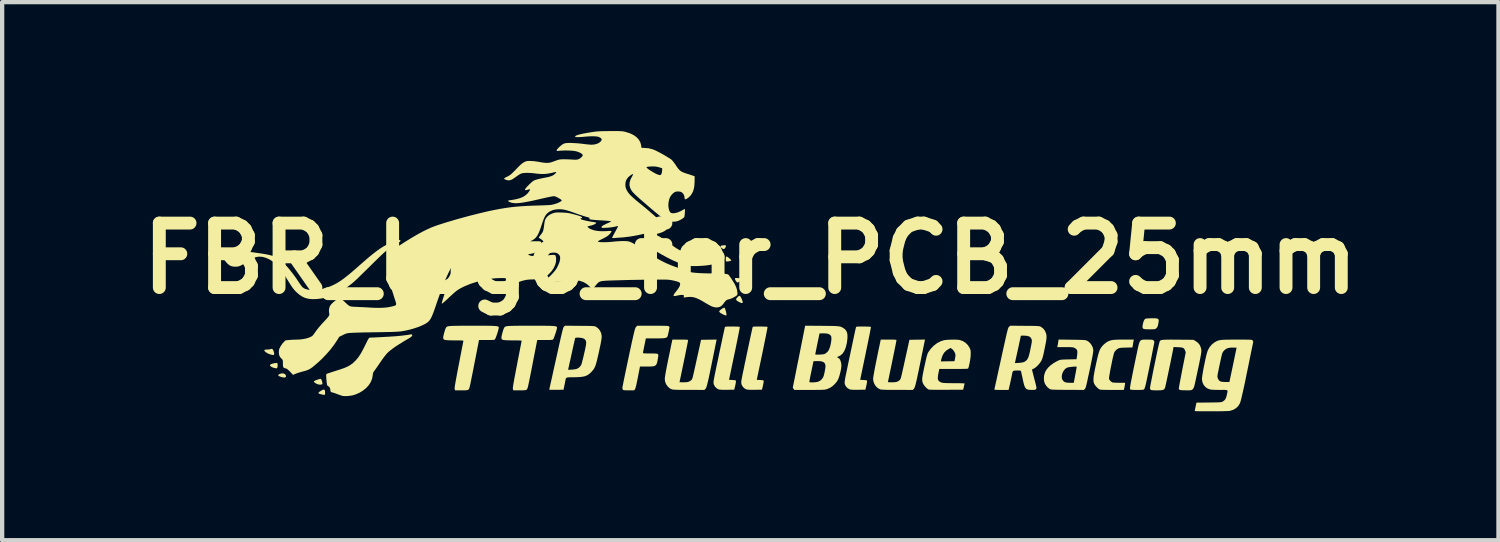
<source format=kicad_pcb>
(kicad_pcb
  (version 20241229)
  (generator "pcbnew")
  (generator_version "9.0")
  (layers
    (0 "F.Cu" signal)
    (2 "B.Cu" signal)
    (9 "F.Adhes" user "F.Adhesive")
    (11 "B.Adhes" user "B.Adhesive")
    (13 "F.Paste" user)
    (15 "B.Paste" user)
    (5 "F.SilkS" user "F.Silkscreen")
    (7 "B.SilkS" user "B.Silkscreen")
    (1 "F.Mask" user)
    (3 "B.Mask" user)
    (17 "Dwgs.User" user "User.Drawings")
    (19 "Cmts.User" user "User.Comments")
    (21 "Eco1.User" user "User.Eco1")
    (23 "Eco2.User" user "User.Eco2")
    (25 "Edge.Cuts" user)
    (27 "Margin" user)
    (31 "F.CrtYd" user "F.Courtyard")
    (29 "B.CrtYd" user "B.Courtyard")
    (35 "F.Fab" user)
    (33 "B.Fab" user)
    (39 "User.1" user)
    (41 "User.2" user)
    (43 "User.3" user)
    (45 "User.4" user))
  (footprint "FBR_logo_for_PCB_25mm"
    (layer "F.Cu")
    (at 14.407 2.962)
    (property "Reference" "FBR_logo_for_PCB_25mm" (at 0 0 0) (layer "F.SilkS") (effects (font (size 1.5 1.5) (thickness 0.3))))
    (attr board_only exclude_from_pos_files exclude_from_bom)
    (fp_poly (pts (xy -0.584 -0.305) (xy -0.566 -0.298) (xy -0.565 -0.282) (xy -0.578 -0.256) (xy -0.583 -0.249) (xy -0.601 -0.225) (xy -0.616 -0.216) (xy -0.633 -0.22) (xy -0.651 -0.23) (xy -0.674 -0.247) (xy -0.69 -0.265) (xy -0.691 -0.266) (xy -0.694 -0.282) (xy -0.684 -0.294) (xy -0.658 -0.301) (xy -0.618 -0.306)) (stroke (width 0) (type solid)) (fill yes) (layer "F.SilkS"))
    (fp_poly (pts (xy -10.862 2.677) (xy -10.831 2.69) (xy -10.809 2.713) (xy -10.803 2.743) (xy -10.803 2.748) (xy -10.814 2.765) (xy -10.838 2.772) (xy -10.874 2.769) (xy -10.92 2.757) (xy -10.949 2.746) (xy -10.971 2.735) (xy -10.979 2.73) (xy -10.983 2.716) (xy -10.973 2.702) (xy -10.952 2.689) (xy -10.924 2.68) (xy -10.893 2.675)) (stroke (width 0) (type solid)) (fill yes) (layer "F.SilkS"))
    (fp_poly (pts (xy -0.239 0.876) (xy -0.224 0.896) (xy -0.206 0.932) (xy -0.202 0.94) (xy -0.184 0.986) (xy -0.176 1.018) (xy -0.179 1.035) (xy -0.195 1.04) (xy -0.224 1.032) (xy -0.266 1.013) (xy -0.268 1.011) (xy -0.306 0.989) (xy -0.327 0.969) (xy -0.33 0.948) (xy -0.318 0.924) (xy -0.295 0.899) (xy -0.272 0.878) (xy -0.254 0.87)) (stroke (width 0) (type solid)) (fill yes) (layer "F.SilkS"))
    (fp_poly (pts (xy -10.999 2.465) (xy -10.997 2.494) (xy -11 2.523) (xy -11.008 2.547) (xy -11.018 2.558) (xy -11.018 2.558) (xy -11.032 2.557) (xy -11.056 2.553) (xy -11.077 2.549) (xy -11.118 2.535) (xy -11.151 2.517) (xy -11.172 2.498) (xy -11.177 2.486) (xy -11.171 2.474) (xy -11.151 2.461) (xy -11.119 2.449) (xy -11.082 2.44) (xy -11.053 2.436) (xy -11.006 2.431)) (stroke (width 0) (type solid)) (fill yes) (layer "F.SilkS"))
    (fp_poly (pts (xy -0.298 0.457) (xy -0.266 0.46) (xy -0.236 0.464) (xy -0.214 0.469) (xy -0.206 0.473) (xy -0.206 0.485) (xy -0.217 0.503) (xy -0.236 0.523) (xy -0.259 0.543) (xy -0.282 0.557) (xy -0.301 0.562) (xy -0.311 0.555) (xy -0.327 0.537) (xy -0.335 0.526) (xy -0.353 0.494) (xy -0.358 0.472) (xy -0.35 0.46) (xy -0.343 0.457) (xy -0.326 0.456)) (stroke (width 0) (type solid)) (fill yes) (layer "F.SilkS"))
    (fp_poly (pts (xy -9.908 3.056) (xy -9.905 3.059) (xy -9.899 3.073) (xy -9.895 3.097) (xy -9.894 3.126) (xy -9.895 3.152) (xy -9.899 3.171) (xy -9.903 3.175) (xy -9.916 3.175) (xy -9.941 3.171) (xy -9.975 3.164) (xy -9.981 3.163) (xy -10.021 3.152) (xy -10.043 3.142) (xy -10.048 3.129) (xy -10.037 3.113) (xy -10.009 3.092) (xy -10.005 3.09) (xy -9.962 3.064) (xy -9.93 3.053)) (stroke (width 0) (type solid)) (fill yes) (layer "F.SilkS"))
    (fp_poly (pts (xy -0.532 -0.036) (xy -0.515 -0.024) (xy -0.492 -0.006) (xy -0.47 0.015) (xy -0.452 0.033) (xy -0.443 0.046) (xy -0.442 0.047) (xy -0.451 0.054) (xy -0.471 0.061) (xy -0.499 0.067) (xy -0.528 0.071) (xy -0.551 0.072) (xy -0.565 0.068) (xy -0.565 0.068) (xy -0.569 0.055) (xy -0.571 0.031) (xy -0.571 0.002) (xy -0.569 -0.023) (xy -0.564 -0.039) (xy -0.562 -0.041) (xy -0.548 -0.042)) (stroke (width 0) (type solid)) (fill yes) (layer "F.SilkS"))
    (fp_poly (pts (xy -9.986 2.81) (xy -9.975 2.831) (xy -9.965 2.858) (xy -9.958 2.887) (xy -9.955 2.911) (xy -9.955 2.919) (xy -9.966 2.931) (xy -9.991 2.937) (xy -10.026 2.936) (xy -10.059 2.93) (xy -10.088 2.919) (xy -10.117 2.903) (xy -10.141 2.885) (xy -10.155 2.868) (xy -10.156 2.862) (xy -10.148 2.855) (xy -10.127 2.844) (xy -10.098 2.832) (xy -10.065 2.82) (xy -10.033 2.809) (xy -10.007 2.803) (xy -9.996 2.802)) (stroke (width 0) (type solid)) (fill yes) (layer "F.SilkS"))
    (fp_poly (pts (xy -0.604 1.146) (xy -0.593 1.158) (xy -0.582 1.184) (xy -0.571 1.221) (xy -0.561 1.263) (xy -0.557 1.285) (xy -0.554 1.311) (xy -0.556 1.323) (xy -0.565 1.327) (xy -0.569 1.327) (xy -0.586 1.323) (xy -0.613 1.313) (xy -0.642 1.299) (xy -0.686 1.275) (xy -0.713 1.254) (xy -0.724 1.236) (xy -0.719 1.221) (xy -0.7 1.203) (xy -0.675 1.183) (xy -0.648 1.165) (xy -0.623 1.151) (xy -0.607 1.146)) (stroke (width 0) (type solid)) (fill yes) (layer "F.SilkS"))
    (fp_poly (pts (xy -11.124 2.106) (xy -11.111 2.118) (xy -11.098 2.142) (xy -11.086 2.174) (xy -11.079 2.206) (xy -11.078 2.223) (xy -11.081 2.239) (xy -11.09 2.247) (xy -11.11 2.247) (xy -11.144 2.24) (xy -11.161 2.236) (xy -11.206 2.22) (xy -11.245 2.201) (xy -11.277 2.179) (xy -11.299 2.158) (xy -11.307 2.139) (xy -11.305 2.13) (xy -11.293 2.126) (xy -11.269 2.122) (xy -11.246 2.121) (xy -11.212 2.12) (xy -11.18 2.115) (xy -11.167 2.111) (xy -11.142 2.105)) (stroke (width 0) (type solid)) (fill yes) (layer "F.SilkS"))
    (fp_poly (pts (xy 9.442 1.395) (xy 9.474 1.402) (xy 9.493 1.415) (xy 9.502 1.437) (xy 9.501 1.469) (xy 9.494 1.512) (xy 9.488 1.539) (xy 9.478 1.578) (xy 9.465 1.605) (xy 9.447 1.624) (xy 9.435 1.634) (xy 9.424 1.641) (xy 9.409 1.646) (xy 9.388 1.648) (xy 9.356 1.649) (xy 9.311 1.65) (xy 9.292 1.65) (xy 9.238 1.649) (xy 9.199 1.648) (xy 9.173 1.645) (xy 9.155 1.641) (xy 9.143 1.635) (xy 9.131 1.624) (xy 9.126 1.611) (xy 9.125 1.59) (xy 9.127 1.568) (xy 9.136 1.516) (xy 9.149 1.469) (xy 9.166 1.432) (xy 9.181 1.413) (xy 9.191 1.406) (xy 9.205 1.401) (xy 9.227 1.398) (xy 9.259 1.396) (xy 9.305 1.394) (xy 9.333 1.393) (xy 9.396 1.393)) (stroke (width 0) (type solid)) (fill yes) (layer "F.SilkS"))
    (fp_poly (pts (xy 9.231 1.889) (xy 9.235 1.889) (xy 9.287 1.89) (xy 9.323 1.891) (xy 9.348 1.893) (xy 9.364 1.896) (xy 9.375 1.902) (xy 9.382 1.908) (xy 9.396 1.928) (xy 9.401 1.944) (xy 9.399 1.957) (xy 9.394 1.985) (xy 9.386 2.028) (xy 9.375 2.082) (xy 9.362 2.146) (xy 9.348 2.218) (xy 9.333 2.296) (xy 9.316 2.378) (xy 9.299 2.461) (xy 9.283 2.544) (xy 9.266 2.624) (xy 9.25 2.699) (xy 9.236 2.769) (xy 9.223 2.829) (xy 9.213 2.879) (xy 9.206 2.907) (xy 9.195 2.953) (xy 9.184 2.993) (xy 9.173 3.024) (xy 9.165 3.042) (xy 9.164 3.043) (xy 9.157 3.049) (xy 9.146 3.054) (xy 9.129 3.057) (xy 9.102 3.059) (xy 9.063 3.06) (xy 9.009 3.06) (xy 8.999 3.06) (xy 8.942 3.06) (xy 8.9 3.059) (xy 8.872 3.057) (xy 8.853 3.054) (xy 8.842 3.049) (xy 8.838 3.045) (xy 8.835 3.038) (xy 8.833 3.027) (xy 8.834 3.008) (xy 8.838 2.981) (xy 8.844 2.943) (xy 8.853 2.892) (xy 8.866 2.827) (xy 8.88 2.757) (xy 8.897 2.669) (xy 8.917 2.57) (xy 8.939 2.465) (xy 8.96 2.362) (xy 8.98 2.266) (xy 8.992 2.212) (xy 9.009 2.127) (xy 9.024 2.059) (xy 9.037 2.005) (xy 9.05 1.964) (xy 9.063 1.934) (xy 9.078 1.913) (xy 9.097 1.9) (xy 9.12 1.893) (xy 9.15 1.89) (xy 9.186 1.889)) (stroke (width 0) (type solid)) (fill yes) (layer "F.SilkS"))
    (fp_poly (pts (xy -0.354 1.586) (xy -0.306 1.587) (xy -0.274 1.589) (xy -0.254 1.591) (xy -0.245 1.596) (xy -0.244 1.597) (xy -0.246 1.607) (xy -0.25 1.635) (xy -0.258 1.677) (xy -0.269 1.733) (xy -0.282 1.801) (xy -0.298 1.879) (xy -0.316 1.966) (xy -0.335 2.061) (xy -0.356 2.162) (xy -0.368 2.217) (xy -0.495 2.825) (xy -0.416 2.829) (xy -0.377 2.832) (xy -0.354 2.835) (xy -0.341 2.839) (xy -0.336 2.847) (xy -0.334 2.857) (xy -0.335 2.876) (xy -0.34 2.907) (xy -0.348 2.946) (xy -0.353 2.968) (xy -0.374 3.055) (xy -0.539 3.057) (xy -0.607 3.058) (xy -0.658 3.057) (xy -0.696 3.054) (xy -0.724 3.051) (xy -0.742 3.046) (xy -0.784 3.022) (xy -0.82 2.986) (xy -0.845 2.942) (xy -0.849 2.93) (xy -0.854 2.908) (xy -0.856 2.886) (xy -0.854 2.856) (xy -0.848 2.816) (xy -0.845 2.801) (xy -0.841 2.78) (xy -0.834 2.743) (xy -0.824 2.692) (xy -0.811 2.63) (xy -0.796 2.557) (xy -0.779 2.476) (xy -0.76 2.389) (xy -0.741 2.298) (xy -0.722 2.205) (xy -0.702 2.112) (xy -0.683 2.021) (xy -0.664 1.934) (xy -0.647 1.852) (xy -0.631 1.779) (xy -0.617 1.716) (xy -0.606 1.664) (xy -0.598 1.627) (xy -0.593 1.606) (xy -0.591 1.599) (xy -0.586 1.593) (xy -0.577 1.59) (xy -0.561 1.587) (xy -0.534 1.586) (xy -0.496 1.585) (xy -0.442 1.585) (xy -0.418 1.585)) (stroke (width 0) (type solid)) (fill yes) (layer "F.SilkS"))
    (fp_poly (pts (xy 0.291 1.586) (xy 0.339 1.587) (xy 0.371 1.589) (xy 0.391 1.591) (xy 0.4 1.596) (xy 0.401 1.597) (xy 0.4 1.607) (xy 0.395 1.635) (xy 0.387 1.677) (xy 0.376 1.733) (xy 0.363 1.801) (xy 0.347 1.879) (xy 0.329 1.966) (xy 0.31 2.061) (xy 0.289 2.162) (xy 0.278 2.217) (xy 0.15 2.825) (xy 0.23 2.829) (xy 0.268 2.832) (xy 0.291 2.835) (xy 0.304 2.839) (xy 0.309 2.847) (xy 0.311 2.857) (xy 0.31 2.876) (xy 0.305 2.907) (xy 0.297 2.946) (xy 0.292 2.968) (xy 0.271 3.055) (xy 0.106 3.057) (xy 0.038 3.058) (xy -0.013 3.057) (xy -0.051 3.054) (xy -0.079 3.051) (xy -0.097 3.046) (xy -0.139 3.022) (xy -0.175 2.986) (xy -0.2 2.942) (xy -0.204 2.93) (xy -0.209 2.908) (xy -0.211 2.886) (xy -0.209 2.856) (xy -0.203 2.816) (xy -0.2 2.801) (xy -0.196 2.78) (xy -0.189 2.743) (xy -0.179 2.692) (xy -0.166 2.63) (xy -0.15 2.557) (xy -0.134 2.476) (xy -0.115 2.389) (xy -0.096 2.298) (xy -0.077 2.205) (xy -0.057 2.112) (xy -0.038 2.021) (xy -0.019 1.934) (xy -0.002 1.852) (xy 0.014 1.779) (xy 0.028 1.716) (xy 0.039 1.664) (xy 0.047 1.627) (xy 0.052 1.606) (xy 0.054 1.599) (xy 0.059 1.593) (xy 0.068 1.59) (xy 0.084 1.587) (xy 0.111 1.586) (xy 0.149 1.585) (xy 0.203 1.585) (xy 0.227 1.585)) (stroke (width 0) (type solid)) (fill yes) (layer "F.SilkS"))
    (fp_poly (pts (xy 2.697 1.586) (xy 2.744 1.587) (xy 2.777 1.589) (xy 2.797 1.591) (xy 2.806 1.596) (xy 2.806 1.597) (xy 2.805 1.607) (xy 2.8 1.635) (xy 2.792 1.677) (xy 2.782 1.733) (xy 2.768 1.801) (xy 2.752 1.879) (xy 2.735 1.966) (xy 2.715 2.061) (xy 2.694 2.162) (xy 2.683 2.217) (xy 2.556 2.825) (xy 2.635 2.829) (xy 2.673 2.832) (xy 2.697 2.835) (xy 2.709 2.839) (xy 2.715 2.847) (xy 2.716 2.857) (xy 2.715 2.876) (xy 2.71 2.907) (xy 2.703 2.946) (xy 2.698 2.968) (xy 2.677 3.055) (xy 2.511 3.057) (xy 2.444 3.058) (xy 2.392 3.057) (xy 2.354 3.054) (xy 2.327 3.051) (xy 2.309 3.046) (xy 2.267 3.022) (xy 2.23 2.986) (xy 2.205 2.942) (xy 2.201 2.93) (xy 2.196 2.908) (xy 2.195 2.886) (xy 2.197 2.856) (xy 2.203 2.816) (xy 2.205 2.801) (xy 2.209 2.78) (xy 2.216 2.743) (xy 2.227 2.692) (xy 2.24 2.63) (xy 2.255 2.557) (xy 2.272 2.476) (xy 2.29 2.389) (xy 2.309 2.298) (xy 2.329 2.205) (xy 2.349 2.112) (xy 2.368 2.021) (xy 2.386 1.934) (xy 2.404 1.852) (xy 2.419 1.779) (xy 2.433 1.716) (xy 2.444 1.664) (xy 2.453 1.627) (xy 2.458 1.606) (xy 2.46 1.599) (xy 2.464 1.593) (xy 2.473 1.59) (xy 2.49 1.587) (xy 2.516 1.586) (xy 2.555 1.585) (xy 2.608 1.585) (xy 2.633 1.585)) (stroke (width 0) (type solid)) (fill yes) (layer "F.SilkS"))
    (fp_poly (pts (xy -2.116 -0.508) (xy -2.098 -0.499) (xy -2.079 -0.488) (xy -2.058 -0.474) (xy -2.033 -0.457) (xy -2.001 -0.435) (xy -1.961 -0.407) (xy -1.911 -0.371) (xy -1.85 -0.326) (xy -1.806 -0.295) (xy -1.721 -0.236) (xy -1.643 -0.191) (xy -1.573 -0.16) (xy -1.507 -0.142) (xy -1.443 -0.136) (xy -1.4 -0.139) (xy -1.357 -0.147) (xy -1.314 -0.16) (xy -1.267 -0.18) (xy -1.213 -0.208) (xy -1.154 -0.243) (xy -1.098 -0.277) (xy -1.054 -0.302) (xy -1.021 -0.319) (xy -0.996 -0.33) (xy -0.976 -0.335) (xy -0.958 -0.335) (xy -0.941 -0.331) (xy -0.937 -0.33) (xy -0.905 -0.316) (xy -0.863 -0.293) (xy -0.816 -0.262) (xy -0.766 -0.227) (xy -0.719 -0.19) (xy -0.683 -0.159) (xy -0.624 -0.103) (xy -0.631 -0.022) (xy -0.635 0.023) (xy -0.639 0.055) (xy -0.647 0.077) (xy -0.661 0.092) (xy -0.684 0.102) (xy -0.718 0.111) (xy -0.767 0.12) (xy -0.78 0.123) (xy -0.838 0.133) (xy -0.899 0.144) (xy -0.958 0.154) (xy -1.005 0.161) (xy -1.052 0.166) (xy -1.11 0.171) (xy -1.173 0.175) (xy -1.237 0.178) (xy -1.295 0.179) (xy -1.344 0.179) (xy -1.373 0.177) (xy -1.451 0.167) (xy -1.532 0.148) (xy -1.618 0.121) (xy -1.712 0.085) (xy -1.815 0.04) (xy -1.927 -0.017) (xy -2.052 -0.084) (xy -2.101 -0.112) (xy -2.159 -0.145) (xy -2.216 -0.177) (xy -2.271 -0.207) (xy -2.318 -0.233) (xy -2.353 -0.253) (xy -2.355 -0.254) (xy -2.413 -0.286) (xy -2.468 -0.319) (xy -2.516 -0.35) (xy -2.553 -0.377) (xy -2.569 -0.39) (xy -2.587 -0.41) (xy -2.588 -0.423) (xy -2.573 -0.431) (xy -2.541 -0.433) (xy -2.502 -0.437) (xy -2.451 -0.45) (xy -2.387 -0.471) (xy -2.339 -0.487) (xy -2.292 -0.503) (xy -2.251 -0.516) (xy -2.226 -0.523) (xy -2.172 -0.538)) (stroke (width 0) (type solid)) (fill yes) (layer "F.SilkS"))
    (fp_poly (pts (xy 8.918 1.91) (xy 8.915 1.929) (xy 8.909 1.96) (xy 8.903 1.997) (xy 8.903 2.001) (xy 8.891 2.072) (xy 8.743 2.075) (xy 8.684 2.077) (xy 8.64 2.079) (xy 8.608 2.083) (xy 8.585 2.087) (xy 8.567 2.093) (xy 8.562 2.096) (xy 8.515 2.127) (xy 8.48 2.167) (xy 8.468 2.188) (xy 8.461 2.207) (xy 8.452 2.24) (xy 8.441 2.286) (xy 8.428 2.341) (xy 8.415 2.403) (xy 8.402 2.468) (xy 8.388 2.535) (xy 8.376 2.599) (xy 8.365 2.66) (xy 8.356 2.713) (xy 8.349 2.757) (xy 8.346 2.788) (xy 8.346 2.803) (xy 8.358 2.829) (xy 8.382 2.856) (xy 8.413 2.879) (xy 8.421 2.884) (xy 8.439 2.888) (xy 8.472 2.891) (xy 8.52 2.893) (xy 8.578 2.894) (xy 8.581 2.894) (xy 8.721 2.894) (xy 8.715 2.942) (xy 8.709 2.978) (xy 8.702 3.013) (xy 8.699 3.025) (xy 8.69 3.06) (xy 8.416 3.06) (xy 8.337 3.06) (xy 8.275 3.059) (xy 8.226 3.059) (xy 8.189 3.057) (xy 8.162 3.056) (xy 8.143 3.053) (xy 8.13 3.05) (xy 8.12 3.045) (xy 8.115 3.043) (xy 8.092 3.026) (xy 8.066 3.002) (xy 8.053 2.988) (xy 8.031 2.963) (xy 8.014 2.938) (xy 8 2.913) (xy 7.99 2.885) (xy 7.985 2.853) (xy 7.984 2.815) (xy 7.986 2.769) (xy 7.993 2.714) (xy 8.005 2.648) (xy 8.02 2.569) (xy 8.04 2.476) (xy 8.064 2.366) (xy 8.082 2.289) (xy 8.098 2.227) (xy 8.113 2.177) (xy 8.128 2.136) (xy 8.145 2.102) (xy 8.165 2.071) (xy 8.19 2.04) (xy 8.206 2.021) (xy 8.238 1.991) (xy 8.274 1.962) (xy 8.296 1.947) (xy 8.325 1.931) (xy 8.354 1.918) (xy 8.384 1.908) (xy 8.419 1.9) (xy 8.461 1.895) (xy 8.513 1.892) (xy 8.577 1.89) (xy 8.656 1.889) (xy 8.689 1.889) (xy 8.923 1.889)) (stroke (width 0) (type solid)) (fill yes) (layer "F.SilkS"))
    (fp_poly (pts (xy -0.788 1.91) (xy -0.791 1.923) (xy -0.797 1.953) (xy -0.806 1.996) (xy -0.817 2.051) (xy -0.83 2.116) (xy -0.845 2.188) (xy -0.86 2.265) (xy -0.862 2.272) (xy -0.889 2.406) (xy -0.913 2.523) (xy -0.934 2.624) (xy -0.952 2.711) (xy -0.968 2.785) (xy -0.982 2.846) (xy -0.994 2.896) (xy -1.004 2.936) (xy -1.013 2.968) (xy -1.02 2.992) (xy -1.027 3.01) (xy -1.034 3.023) (xy -1.04 3.032) (xy -1.043 3.034) (xy -1.068 3.06) (xy -1.43 3.059) (xy -1.529 3.059) (xy -1.612 3.059) (xy -1.678 3.058) (xy -1.731 3.056) (xy -1.771 3.054) (xy -1.8 3.052) (xy -1.819 3.049) (xy -1.826 3.047) (xy -1.88 3.019) (xy -1.925 2.976) (xy -1.961 2.923) (xy -1.983 2.864) (xy -1.99 2.806) (xy -1.988 2.781) (xy -1.982 2.738) (xy -1.973 2.679) (xy -1.959 2.603) (xy -1.942 2.513) (xy -1.921 2.408) (xy -1.897 2.289) (xy -1.869 2.157) (xy -1.843 2.03) (xy -1.813 1.889) (xy -1.63 1.889) (xy -1.567 1.889) (xy -1.521 1.89) (xy -1.488 1.891) (xy -1.467 1.893) (xy -1.454 1.896) (xy -1.449 1.9) (xy -1.447 1.905) (xy -1.447 1.905) (xy -1.449 1.917) (xy -1.455 1.946) (xy -1.463 1.988) (xy -1.474 2.044) (xy -1.488 2.111) (xy -1.503 2.187) (xy -1.52 2.271) (xy -1.539 2.36) (xy -1.547 2.401) (xy -1.647 2.88) (xy -1.565 2.883) (xy -1.501 2.882) (xy -1.451 2.875) (xy -1.413 2.861) (xy -1.382 2.839) (xy -1.377 2.835) (xy -1.371 2.829) (xy -1.365 2.824) (xy -1.36 2.817) (xy -1.356 2.809) (xy -1.351 2.797) (xy -1.345 2.781) (xy -1.338 2.758) (xy -1.331 2.727) (xy -1.321 2.687) (xy -1.31 2.637) (xy -1.296 2.574) (xy -1.279 2.499) (xy -1.259 2.408) (xy -1.236 2.302) (xy -1.227 2.263) (xy -1.146 1.894) (xy -0.965 1.891) (xy -0.783 1.889)) (stroke (width 0) (type solid)) (fill yes) (layer "F.SilkS"))
    (fp_poly (pts (xy 4.06 1.91) (xy 4.057 1.923) (xy 4.051 1.953) (xy 4.042 1.996) (xy 4.031 2.051) (xy 4.018 2.116) (xy 4.003 2.188) (xy 3.987 2.265) (xy 3.986 2.272) (xy 3.959 2.406) (xy 3.935 2.523) (xy 3.914 2.624) (xy 3.895 2.711) (xy 3.88 2.785) (xy 3.866 2.846) (xy 3.854 2.896) (xy 3.844 2.936) (xy 3.835 2.968) (xy 3.827 2.992) (xy 3.82 3.01) (xy 3.814 3.023) (xy 3.807 3.032) (xy 3.805 3.034) (xy 3.78 3.06) (xy 3.418 3.059) (xy 3.318 3.059) (xy 3.236 3.059) (xy 3.169 3.058) (xy 3.117 3.056) (xy 3.077 3.054) (xy 3.048 3.052) (xy 3.029 3.049) (xy 3.022 3.047) (xy 2.968 3.019) (xy 2.922 2.976) (xy 2.887 2.923) (xy 2.865 2.864) (xy 2.857 2.806) (xy 2.859 2.781) (xy 2.865 2.738) (xy 2.875 2.679) (xy 2.889 2.603) (xy 2.906 2.513) (xy 2.927 2.408) (xy 2.951 2.289) (xy 2.978 2.157) (xy 3.005 2.03) (xy 3.035 1.889) (xy 3.218 1.889) (xy 3.28 1.889) (xy 3.327 1.89) (xy 3.36 1.891) (xy 3.381 1.893) (xy 3.393 1.896) (xy 3.399 1.9) (xy 3.4 1.905) (xy 3.4 1.905) (xy 3.399 1.917) (xy 3.393 1.946) (xy 3.385 1.988) (xy 3.374 2.044) (xy 3.36 2.111) (xy 3.345 2.187) (xy 3.327 2.271) (xy 3.309 2.36) (xy 3.301 2.401) (xy 3.201 2.88) (xy 3.282 2.883) (xy 3.347 2.882) (xy 3.396 2.875) (xy 3.435 2.861) (xy 3.466 2.839) (xy 3.471 2.835) (xy 3.477 2.829) (xy 3.482 2.824) (xy 3.487 2.817) (xy 3.492 2.809) (xy 3.497 2.797) (xy 3.503 2.781) (xy 3.509 2.758) (xy 3.517 2.727) (xy 3.527 2.687) (xy 3.538 2.637) (xy 3.552 2.574) (xy 3.569 2.499) (xy 3.589 2.408) (xy 3.612 2.302) (xy 3.621 2.263) (xy 3.702 1.894) (xy 3.883 1.891) (xy 4.065 1.889)) (stroke (width 0) (type solid)) (fill yes) (layer "F.SilkS"))
    (fp_poly (pts (xy -2.178 1.567) (xy -2.103 1.567) (xy -2.042 1.568) (xy -1.994 1.568) (xy -1.959 1.57) (xy -1.932 1.571) (xy -1.915 1.574) (xy -1.903 1.576) (xy -1.896 1.58) (xy -1.895 1.581) (xy -1.883 1.594) (xy -1.88 1.598) (xy -1.882 1.614) (xy -1.887 1.643) (xy -1.894 1.68) (xy -1.903 1.72) (xy -1.911 1.758) (xy -1.919 1.79) (xy -1.925 1.812) (xy -1.927 1.816) (xy -1.936 1.83) (xy -1.949 1.84) (xy -1.967 1.848) (xy -1.994 1.854) (xy -2.031 1.858) (xy -2.08 1.86) (xy -2.143 1.861) (xy -2.215 1.862) (xy -2.43 1.862) (xy -2.464 2.025) (xy -2.475 2.078) (xy -2.484 2.126) (xy -2.492 2.164) (xy -2.496 2.19) (xy -2.498 2.2) (xy -2.493 2.205) (xy -2.478 2.208) (xy -2.451 2.21) (xy -2.41 2.211) (xy -2.353 2.212) (xy -2.333 2.212) (xy -2.267 2.212) (xy -2.217 2.213) (xy -2.182 2.216) (xy -2.158 2.222) (xy -2.145 2.234) (xy -2.141 2.253) (xy -2.142 2.279) (xy -2.148 2.314) (xy -2.152 2.337) (xy -2.161 2.393) (xy -2.172 2.435) (xy -2.185 2.466) (xy -2.203 2.488) (xy -2.228 2.503) (xy -2.264 2.511) (xy -2.312 2.515) (xy -2.375 2.516) (xy -2.412 2.516) (xy -2.567 2.516) (xy -2.616 2.767) (xy -2.633 2.852) (xy -2.647 2.92) (xy -2.659 2.971) (xy -2.669 3.009) (xy -2.678 3.033) (xy -2.683 3.044) (xy -2.702 3.069) (xy -2.83 3.069) (xy -2.881 3.069) (xy -2.917 3.068) (xy -2.941 3.066) (xy -2.955 3.063) (xy -2.963 3.057) (xy -2.967 3.051) (xy -2.975 3.028) (xy -2.977 3.016) (xy -2.975 3.002) (xy -2.97 2.972) (xy -2.961 2.927) (xy -2.95 2.87) (xy -2.936 2.802) (xy -2.92 2.725) (xy -2.903 2.641) (xy -2.884 2.551) (xy -2.864 2.457) (xy -2.844 2.362) (xy -2.824 2.266) (xy -2.804 2.172) (xy -2.784 2.082) (xy -2.766 1.996) (xy -2.749 1.918) (xy -2.733 1.849) (xy -2.72 1.79) (xy -2.717 1.779) (xy -2.703 1.718) (xy -2.691 1.672) (xy -2.681 1.638) (xy -2.672 1.615) (xy -2.662 1.599) (xy -2.656 1.592) (xy -2.632 1.567) (xy -2.271 1.567)) (stroke (width 0) (type solid)) (fill yes) (layer "F.SilkS"))
    (fp_poly (pts (xy -7.873 1.772) (xy -7.87 1.775) (xy -7.865 1.791) (xy -7.875 1.81) (xy -7.901 1.833) (xy -7.944 1.861) (xy -7.947 1.863) (xy -8.066 1.932) (xy -8.169 1.996) (xy -8.257 2.053) (xy -8.33 2.105) (xy -8.39 2.152) (xy -8.437 2.194) (xy -8.448 2.205) (xy -8.475 2.236) (xy -8.508 2.278) (xy -8.545 2.326) (xy -8.582 2.378) (xy -8.607 2.415) (xy -8.641 2.464) (xy -8.674 2.512) (xy -8.704 2.555) (xy -8.728 2.589) (xy -8.742 2.608) (xy -8.763 2.637) (xy -8.775 2.661) (xy -8.782 2.687) (xy -8.786 2.723) (xy -8.786 2.727) (xy -8.801 2.804) (xy -8.833 2.88) (xy -8.879 2.951) (xy -8.939 3.017) (xy -9.011 3.075) (xy -9.092 3.125) (xy -9.181 3.164) (xy -9.246 3.184) (xy -9.304 3.195) (xy -9.365 3.202) (xy -9.423 3.204) (xy -9.473 3.201) (xy -9.502 3.195) (xy -9.53 3.186) (xy -9.568 3.172) (xy -9.61 3.157) (xy -9.622 3.153) (xy -9.661 3.138) (xy -9.698 3.126) (xy -9.726 3.118) (xy -9.732 3.116) (xy -9.751 3.111) (xy -9.761 3.103) (xy -9.767 3.086) (xy -9.771 3.06) (xy -9.777 3.025) (xy -9.789 3.001) (xy -9.804 2.985) (xy -9.824 2.969) (xy -9.84 2.958) (xy -9.842 2.957) (xy -9.846 2.947) (xy -9.851 2.923) (xy -9.856 2.888) (xy -9.86 2.848) (xy -9.864 2.804) (xy -9.866 2.763) (xy -9.867 2.728) (xy -9.867 2.702) (xy -9.864 2.691) (xy -9.855 2.686) (xy -9.833 2.678) (xy -9.798 2.666) (xy -9.748 2.649) (xy -9.683 2.628) (xy -9.601 2.602) (xy -9.536 2.581) (xy -9.444 2.549) (xy -9.367 2.515) (xy -9.301 2.477) (xy -9.243 2.433) (xy -9.188 2.38) (xy -9.175 2.367) (xy -9.143 2.33) (xy -9.115 2.294) (xy -9.088 2.254) (xy -9.06 2.209) (xy -9.03 2.155) (xy -8.996 2.09) (xy -8.961 2.021) (xy -8.932 1.962) (xy -8.91 1.918) (xy -8.893 1.886) (xy -8.88 1.865) (xy -8.87 1.852) (xy -8.862 1.846) (xy -8.853 1.843) (xy -8.848 1.843) (xy -8.825 1.843) (xy -8.786 1.841) (xy -8.736 1.839) (xy -8.676 1.836) (xy -8.611 1.833) (xy -8.543 1.829) (xy -8.475 1.825) (xy -8.411 1.822) (xy -8.354 1.818) (xy -8.308 1.815) (xy -8.238 1.81) (xy -8.166 1.803) (xy -8.096 1.796) (xy -8.032 1.788) (xy -7.976 1.781) (xy -7.933 1.774) (xy -7.915 1.77) (xy -7.888 1.767)) (stroke (width 0) (type solid)) (fill yes) (layer "F.SilkS"))
    (fp_poly (pts (xy 9.827 1.89) (xy 9.918 1.891) (xy 9.95 1.891) (xy 10.308 1.894) (xy 10.357 1.921) (xy 10.414 1.962) (xy 10.456 2.014) (xy 10.483 2.078) (xy 10.493 2.125) (xy 10.494 2.139) (xy 10.494 2.155) (xy 10.493 2.175) (xy 10.49 2.201) (xy 10.485 2.233) (xy 10.478 2.274) (xy 10.468 2.325) (xy 10.456 2.386) (xy 10.441 2.461) (xy 10.422 2.549) (xy 10.4 2.653) (xy 10.381 2.742) (xy 10.363 2.827) (xy 10.348 2.896) (xy 10.335 2.951) (xy 10.323 2.992) (xy 10.309 3.023) (xy 10.294 3.044) (xy 10.276 3.058) (xy 10.253 3.065) (xy 10.224 3.069) (xy 10.188 3.069) (xy 10.144 3.069) (xy 10.135 3.069) (xy 10.075 3.068) (xy 10.032 3.066) (xy 10.002 3.062) (xy 9.983 3.054) (xy 9.973 3.043) (xy 9.97 3.027) (xy 9.97 3.022) (xy 9.972 3.009) (xy 9.977 2.979) (xy 9.985 2.935) (xy 9.995 2.879) (xy 10.008 2.813) (xy 10.022 2.738) (xy 10.038 2.657) (xy 10.05 2.592) (xy 10.131 2.184) (xy 10.115 2.142) (xy 10.102 2.114) (xy 10.087 2.094) (xy 10.065 2.081) (xy 10.034 2.073) (xy 9.99 2.068) (xy 9.95 2.066) (xy 9.847 2.062) (xy 9.831 2.149) (xy 9.822 2.194) (xy 9.81 2.252) (xy 9.797 2.318) (xy 9.782 2.392) (xy 9.766 2.47) (xy 9.749 2.55) (xy 9.732 2.63) (xy 9.716 2.708) (xy 9.7 2.781) (xy 9.686 2.847) (xy 9.674 2.904) (xy 9.664 2.949) (xy 9.657 2.98) (xy 9.654 2.993) (xy 9.645 3.02) (xy 9.633 3.039) (xy 9.617 3.053) (xy 9.592 3.062) (xy 9.557 3.067) (xy 9.509 3.069) (xy 9.457 3.069) (xy 9.403 3.069) (xy 9.365 3.067) (xy 9.34 3.065) (xy 9.323 3.061) (xy 9.314 3.055) (xy 9.314 3.055) (xy 9.303 3.035) (xy 9.299 3.014) (xy 9.301 3) (xy 9.306 2.97) (xy 9.314 2.926) (xy 9.325 2.87) (xy 9.338 2.804) (xy 9.353 2.73) (xy 9.368 2.651) (xy 9.385 2.568) (xy 9.402 2.483) (xy 9.42 2.399) (xy 9.437 2.317) (xy 9.453 2.24) (xy 9.468 2.169) (xy 9.481 2.107) (xy 9.489 2.075) (xy 9.5 2.025) (xy 9.511 1.982) (xy 9.52 1.948) (xy 9.527 1.926) (xy 9.53 1.921) (xy 9.538 1.913) (xy 9.548 1.907) (xy 9.562 1.901) (xy 9.582 1.897) (xy 9.609 1.894) (xy 9.645 1.892) (xy 9.693 1.891) (xy 9.753 1.89)) (stroke (width 0) (type solid)) (fill yes) (layer "F.SilkS"))
    (fp_poly (pts (xy 7.478 1.892) (xy 7.57 1.893) (xy 7.649 1.895) (xy 7.714 1.897) (xy 7.765 1.9) (xy 7.799 1.903) (xy 7.814 1.906) (xy 7.861 1.931) (xy 7.905 1.969) (xy 7.941 2.018) (xy 7.967 2.072) (xy 7.978 2.118) (xy 7.979 2.134) (xy 7.979 2.154) (xy 7.976 2.179) (xy 7.972 2.211) (xy 7.965 2.252) (xy 7.956 2.302) (xy 7.944 2.364) (xy 7.929 2.438) (xy 7.911 2.526) (xy 7.889 2.629) (xy 7.869 2.719) (xy 7.851 2.802) (xy 7.837 2.868) (xy 7.825 2.92) (xy 7.815 2.96) (xy 7.807 2.99) (xy 7.799 3.011) (xy 7.793 3.025) (xy 7.786 3.035) (xy 7.782 3.039) (xy 7.759 3.06) (xy 7.389 3.059) (xy 7.278 3.058) (xy 7.185 3.057) (xy 7.109 3.056) (xy 7.051 3.054) (xy 7.01 3.051) (xy 6.988 3.048) (xy 6.986 3.048) (xy 6.953 3.03) (xy 6.917 3) (xy 6.884 2.962) (xy 6.857 2.92) (xy 6.852 2.91) (xy 6.835 2.854) (xy 6.83 2.789) (xy 6.833 2.753) (xy 7.246 2.753) (xy 7.251 2.798) (xy 7.265 2.83) (xy 7.288 2.858) (xy 7.316 2.877) (xy 7.352 2.888) (xy 7.401 2.893) (xy 7.438 2.894) (xy 7.526 2.894) (xy 7.56 2.712) (xy 7.571 2.656) (xy 7.58 2.606) (xy 7.587 2.566) (xy 7.592 2.537) (xy 7.594 2.523) (xy 7.594 2.522) (xy 7.586 2.518) (xy 7.563 2.517) (xy 7.531 2.518) (xy 7.493 2.521) (xy 7.453 2.526) (xy 7.415 2.531) (xy 7.384 2.538) (xy 7.367 2.544) (xy 7.328 2.569) (xy 7.295 2.607) (xy 7.269 2.653) (xy 7.252 2.703) (xy 7.246 2.753) (xy 6.833 2.753) (xy 6.836 2.722) (xy 6.855 2.657) (xy 6.878 2.608) (xy 6.924 2.547) (xy 6.985 2.489) (xy 7.058 2.435) (xy 7.141 2.388) (xy 7.151 2.384) (xy 7.172 2.374) (xy 7.19 2.367) (xy 7.208 2.361) (xy 7.23 2.358) (xy 7.259 2.355) (xy 7.297 2.353) (xy 7.348 2.351) (xy 7.401 2.35) (xy 7.59 2.346) (xy 7.603 2.261) (xy 7.609 2.204) (xy 7.609 2.162) (xy 7.6 2.131) (xy 7.581 2.107) (xy 7.553 2.087) (xy 7.548 2.085) (xy 7.533 2.078) (xy 7.518 2.073) (xy 7.5 2.069) (xy 7.475 2.067) (xy 7.442 2.065) (xy 7.396 2.065) (xy 7.336 2.064) (xy 7.324 2.064) (xy 7.141 2.064) (xy 7.146 2.044) (xy 7.15 2.024) (xy 7.156 1.994) (xy 7.162 1.957) (xy 7.162 1.955) (xy 7.173 1.888)) (stroke (width 0) (type solid)) (fill yes) (layer "F.SilkS"))
    (fp_poly (pts (xy 4.765 1.89) (xy 4.817 1.892) (xy 4.858 1.896) (xy 4.873 1.899) (xy 4.948 1.925) (xy 5.012 1.967) (xy 5.066 2.023) (xy 5.102 2.081) (xy 5.114 2.107) (xy 5.122 2.13) (xy 5.126 2.156) (xy 5.128 2.19) (xy 5.128 2.226) (xy 5.125 2.288) (xy 5.115 2.362) (xy 5.101 2.441) (xy 5.082 2.521) (xy 5.072 2.555) (xy 5.07 2.559) (xy 5.065 2.563) (xy 5.055 2.566) (xy 5.038 2.568) (xy 5.013 2.569) (xy 4.977 2.57) (xy 4.93 2.571) (xy 4.869 2.571) (xy 4.793 2.571) (xy 4.733 2.571) (xy 4.398 2.571) (xy 4.388 2.615) (xy 4.375 2.682) (xy 4.366 2.734) (xy 4.362 2.774) (xy 4.363 2.804) (xy 4.369 2.826) (xy 4.38 2.844) (xy 4.396 2.86) (xy 4.397 2.861) (xy 4.413 2.873) (xy 4.43 2.882) (xy 4.451 2.889) (xy 4.478 2.895) (xy 4.513 2.899) (xy 4.559 2.901) (xy 4.618 2.902) (xy 4.691 2.903) (xy 4.739 2.903) (xy 4.805 2.903) (xy 4.863 2.904) (xy 4.913 2.905) (xy 4.952 2.907) (xy 4.977 2.908) (xy 4.986 2.91) (xy 4.986 2.91) (xy 4.983 2.922) (xy 4.978 2.946) (xy 4.97 2.979) (xy 4.969 2.986) (xy 4.952 3.055) (xy 4.557 3.057) (xy 4.447 3.058) (xy 4.356 3.058) (xy 4.281 3.057) (xy 4.223 3.056) (xy 4.181 3.054) (xy 4.155 3.052) (xy 4.143 3.049) (xy 4.111 3.026) (xy 4.076 2.992) (xy 4.045 2.954) (xy 4.022 2.918) (xy 4.022 2.917) (xy 4.012 2.895) (xy 4.005 2.873) (xy 4.001 2.85) (xy 3.999 2.823) (xy 4 2.791) (xy 4.005 2.751) (xy 4.013 2.701) (xy 4.025 2.64) (xy 4.04 2.565) (xy 4.06 2.475) (xy 4.066 2.447) (xy 4.077 2.397) (xy 4.433 2.397) (xy 4.592 2.394) (xy 4.75 2.392) (xy 4.762 2.336) (xy 4.768 2.301) (xy 4.772 2.269) (xy 4.774 2.253) (xy 4.768 2.218) (xy 4.751 2.179) (xy 4.727 2.142) (xy 4.7 2.112) (xy 4.694 2.108) (xy 4.661 2.084) (xy 4.623 2.103) (xy 4.561 2.143) (xy 4.512 2.191) (xy 4.475 2.252) (xy 4.449 2.326) (xy 4.439 2.366) (xy 4.433 2.397) (xy 4.077 2.397) (xy 4.085 2.362) (xy 4.101 2.295) (xy 4.116 2.244) (xy 4.128 2.209) (xy 4.135 2.193) (xy 4.194 2.108) (xy 4.264 2.034) (xy 4.343 1.973) (xy 4.43 1.928) (xy 4.508 1.903) (xy 4.543 1.898) (xy 4.591 1.894) (xy 4.647 1.891) (xy 4.707 1.89)) (stroke (width 0) (type solid)) (fill yes) (layer "F.SilkS"))
    (fp_poly (pts (xy -6.34 1.567) (xy -6.236 1.567) (xy -6.148 1.567) (xy -6.075 1.568) (xy -6.015 1.569) (xy -5.967 1.571) (xy -5.929 1.574) (xy -5.901 1.577) (xy -5.88 1.581) (xy -5.867 1.586) (xy -5.858 1.592) (xy -5.854 1.6) (xy -5.853 1.608) (xy -5.852 1.615) (xy -5.856 1.635) (xy -5.864 1.667) (xy -5.875 1.708) (xy -5.889 1.752) (xy -5.904 1.795) (xy -5.919 1.834) (xy -5.931 1.864) (xy -5.94 1.88) (xy -5.941 1.881) (xy -5.947 1.887) (xy -5.957 1.892) (xy -5.972 1.895) (xy -5.995 1.897) (xy -6.029 1.898) (xy -6.076 1.898) (xy -6.134 1.899) (xy -6.312 1.899) (xy -6.322 1.947) (xy -6.325 1.966) (xy -6.332 2.002) (xy -6.342 2.051) (xy -6.354 2.111) (xy -6.367 2.181) (xy -6.382 2.258) (xy -6.398 2.34) (xy -6.405 2.373) (xy -6.429 2.497) (xy -6.45 2.605) (xy -6.468 2.696) (xy -6.484 2.774) (xy -6.497 2.839) (xy -6.507 2.891) (xy -6.517 2.934) (xy -6.524 2.967) (xy -6.53 2.993) (xy -6.536 3.011) (xy -6.54 3.025) (xy -6.545 3.034) (xy -6.549 3.041) (xy -6.553 3.046) (xy -6.554 3.048) (xy -6.563 3.056) (xy -6.572 3.061) (xy -6.586 3.065) (xy -6.608 3.067) (xy -6.639 3.069) (xy -6.685 3.069) (xy -6.72 3.069) (xy -6.867 3.069) (xy -6.877 3.045) (xy -6.879 3.038) (xy -6.88 3.026) (xy -6.878 3.008) (xy -6.876 2.983) (xy -6.871 2.949) (xy -6.863 2.905) (xy -6.854 2.85) (xy -6.841 2.782) (xy -6.826 2.7) (xy -6.808 2.603) (xy -6.786 2.489) (xy -6.784 2.481) (xy -6.765 2.383) (xy -6.748 2.291) (xy -6.731 2.205) (xy -6.716 2.128) (xy -6.703 2.06) (xy -6.692 2.005) (xy -6.684 1.962) (xy -6.678 1.935) (xy -6.676 1.924) (xy -6.676 1.919) (xy -6.679 1.915) (xy -6.689 1.912) (xy -6.708 1.91) (xy -6.738 1.909) (xy -6.78 1.908) (xy -6.838 1.908) (xy -6.868 1.908) (xy -6.93 1.907) (xy -6.987 1.906) (xy -7.036 1.904) (xy -7.073 1.901) (xy -7.097 1.899) (xy -7.099 1.898) (xy -7.122 1.89) (xy -7.137 1.878) (xy -7.145 1.861) (xy -7.145 1.835) (xy -7.139 1.797) (xy -7.126 1.745) (xy -7.124 1.737) (xy -7.111 1.693) (xy -7.099 1.654) (xy -7.088 1.625) (xy -7.079 1.609) (xy -7.079 1.609) (xy -7.072 1.601) (xy -7.063 1.593) (xy -7.053 1.587) (xy -7.04 1.582) (xy -7.021 1.578) (xy -6.997 1.574) (xy -6.965 1.572) (xy -6.924 1.57) (xy -6.873 1.569) (xy -6.809 1.568) (xy -6.733 1.567) (xy -6.641 1.567) (xy -6.534 1.567) (xy -6.461 1.567)) (stroke (width 0) (type solid)) (fill yes) (layer "F.SilkS"))
    (fp_poly (pts (xy -4.985 1.567) (xy -4.881 1.567) (xy -4.794 1.567) (xy -4.72 1.568) (xy -4.66 1.569) (xy -4.612 1.571) (xy -4.574 1.574) (xy -4.546 1.577) (xy -4.526 1.581) (xy -4.512 1.586) (xy -4.504 1.592) (xy -4.499 1.6) (xy -4.498 1.608) (xy -4.498 1.615) (xy -4.501 1.635) (xy -4.509 1.667) (xy -4.521 1.708) (xy -4.535 1.752) (xy -4.55 1.795) (xy -4.564 1.834) (xy -4.576 1.864) (xy -4.585 1.88) (xy -4.586 1.881) (xy -4.593 1.887) (xy -4.602 1.892) (xy -4.617 1.895) (xy -4.64 1.897) (xy -4.674 1.898) (xy -4.721 1.898) (xy -4.779 1.899) (xy -4.957 1.899) (xy -4.967 1.947) (xy -4.971 1.966) (xy -4.978 2.002) (xy -4.987 2.051) (xy -4.999 2.111) (xy -5.013 2.181) (xy -5.028 2.258) (xy -5.044 2.34) (xy -5.05 2.373) (xy -5.074 2.497) (xy -5.095 2.605) (xy -5.113 2.696) (xy -5.129 2.774) (xy -5.142 2.839) (xy -5.153 2.891) (xy -5.162 2.934) (xy -5.169 2.967) (xy -5.176 2.993) (xy -5.181 3.011) (xy -5.186 3.025) (xy -5.19 3.034) (xy -5.194 3.041) (xy -5.198 3.046) (xy -5.2 3.048) (xy -5.208 3.056) (xy -5.218 3.061) (xy -5.232 3.065) (xy -5.253 3.067) (xy -5.285 3.069) (xy -5.33 3.069) (xy -5.366 3.069) (xy -5.512 3.069) (xy -5.522 3.045) (xy -5.524 3.038) (xy -5.525 3.026) (xy -5.524 3.008) (xy -5.521 2.983) (xy -5.516 2.949) (xy -5.509 2.905) (xy -5.499 2.85) (xy -5.487 2.782) (xy -5.471 2.7) (xy -5.453 2.603) (xy -5.431 2.489) (xy -5.429 2.481) (xy -5.411 2.383) (xy -5.393 2.291) (xy -5.376 2.205) (xy -5.361 2.128) (xy -5.348 2.06) (xy -5.337 2.005) (xy -5.329 1.962) (xy -5.323 1.935) (xy -5.321 1.924) (xy -5.321 1.919) (xy -5.324 1.915) (xy -5.335 1.912) (xy -5.353 1.91) (xy -5.383 1.909) (xy -5.426 1.908) (xy -5.483 1.908) (xy -5.513 1.908) (xy -5.575 1.907) (xy -5.632 1.906) (xy -5.681 1.904) (xy -5.719 1.901) (xy -5.742 1.899) (xy -5.744 1.898) (xy -5.768 1.89) (xy -5.783 1.878) (xy -5.79 1.861) (xy -5.79 1.835) (xy -5.784 1.797) (xy -5.771 1.745) (xy -5.769 1.737) (xy -5.757 1.693) (xy -5.744 1.654) (xy -5.733 1.625) (xy -5.725 1.609) (xy -5.725 1.609) (xy -5.717 1.601) (xy -5.709 1.593) (xy -5.698 1.587) (xy -5.685 1.582) (xy -5.667 1.578) (xy -5.642 1.574) (xy -5.61 1.572) (xy -5.569 1.57) (xy -5.518 1.569) (xy -5.455 1.568) (xy -5.378 1.567) (xy -5.287 1.567) (xy -5.179 1.567) (xy -5.106 1.567)) (stroke (width 0) (type solid)) (fill yes) (layer "F.SilkS"))
    (fp_poly (pts (xy -3.969 1.569) (xy -3.88 1.569) (xy -3.808 1.57) (xy -3.75 1.571) (xy -3.705 1.572) (xy -3.671 1.574) (xy -3.646 1.576) (xy -3.627 1.578) (xy -3.613 1.581) (xy -3.602 1.585) (xy -3.591 1.59) (xy -3.59 1.591) (xy -3.538 1.63) (xy -3.497 1.681) (xy -3.47 1.741) (xy -3.459 1.797) (xy -3.458 1.819) (xy -3.46 1.848) (xy -3.464 1.885) (xy -3.472 1.931) (xy -3.482 1.988) (xy -3.497 2.058) (xy -3.515 2.142) (xy -3.537 2.241) (xy -3.549 2.293) (xy -3.567 2.37) (xy -3.583 2.432) (xy -3.598 2.482) (xy -3.614 2.522) (xy -3.631 2.556) (xy -3.651 2.587) (xy -3.676 2.617) (xy -3.693 2.636) (xy -3.732 2.675) (xy -3.772 2.706) (xy -3.815 2.729) (xy -3.864 2.745) (xy -3.922 2.756) (xy -3.992 2.762) (xy -4.077 2.765) (xy -4.098 2.765) (xy -4.162 2.765) (xy -4.21 2.766) (xy -4.245 2.769) (xy -4.268 2.774) (xy -4.283 2.782) (xy -4.292 2.795) (xy -4.297 2.812) (xy -4.3 2.827) (xy -4.304 2.851) (xy -4.311 2.887) (xy -4.32 2.93) (xy -4.326 2.958) (xy -4.345 3.055) (xy -4.513 3.058) (xy -4.575 3.058) (xy -4.62 3.058) (xy -4.651 3.057) (xy -4.669 3.055) (xy -4.677 3.051) (xy -4.677 3.048) (xy -4.675 3.038) (xy -4.669 3.011) (xy -4.659 2.968) (xy -4.647 2.912) (xy -4.631 2.843) (xy -4.613 2.763) (xy -4.594 2.673) (xy -4.576 2.592) (xy -4.24 2.592) (xy -4.155 2.588) (xy -4.108 2.584) (xy -4.066 2.577) (xy -4.035 2.569) (xy -4.032 2.568) (xy -3.984 2.54) (xy -3.949 2.501) (xy -3.934 2.476) (xy -3.927 2.458) (xy -3.917 2.425) (xy -3.906 2.38) (xy -3.892 2.327) (xy -3.878 2.268) (xy -3.864 2.206) (xy -3.85 2.146) (xy -3.838 2.089) (xy -3.828 2.039) (xy -3.821 1.999) (xy -3.82 1.99) (xy -3.819 1.941) (xy -3.833 1.902) (xy -3.862 1.873) (xy -3.906 1.854) (xy -3.965 1.845) (xy -3.997 1.843) (xy -4.035 1.844) (xy -4.058 1.845) (xy -4.07 1.849) (xy -4.076 1.857) (xy -4.078 1.864) (xy -4.081 1.878) (xy -4.088 1.907) (xy -4.097 1.95) (xy -4.11 2.005) (xy -4.124 2.069) (xy -4.14 2.14) (xy -4.156 2.216) (xy -4.157 2.217) (xy -4.173 2.293) (xy -4.189 2.364) (xy -4.204 2.428) (xy -4.216 2.483) (xy -4.225 2.527) (xy -4.232 2.556) (xy -4.235 2.57) (xy -4.235 2.57) (xy -4.24 2.592) (xy -4.576 2.592) (xy -4.572 2.575) (xy -4.549 2.471) (xy -4.524 2.36) (xy -4.516 2.322) (xy -4.487 2.192) (xy -4.462 2.078) (xy -4.44 1.979) (xy -4.421 1.895) (xy -4.405 1.824) (xy -4.391 1.766) (xy -4.38 1.718) (xy -4.37 1.68) (xy -4.362 1.65) (xy -4.355 1.628) (xy -4.35 1.611) (xy -4.344 1.6) (xy -4.34 1.593) (xy -4.335 1.587) (xy -4.335 1.587) (xy -4.311 1.566)) (stroke (width 0) (type solid)) (fill yes) (layer "F.SilkS"))
    (fp_poly (pts (xy 1.664 1.569) (xy 1.764 1.57) (xy 1.847 1.571) (xy 1.917 1.572) (xy 1.973 1.574) (xy 2.018 1.576) (xy 2.054 1.58) (xy 2.084 1.585) (xy 2.107 1.591) (xy 2.128 1.6) (xy 2.147 1.61) (xy 2.166 1.622) (xy 2.181 1.632) (xy 2.219 1.666) (xy 2.244 1.708) (xy 2.258 1.76) (xy 2.261 1.825) (xy 2.258 1.872) (xy 2.252 1.926) (xy 2.244 1.979) (xy 2.241 1.991) (xy 2.217 2.083) (xy 2.185 2.157) (xy 2.145 2.216) (xy 2.097 2.258) (xy 2.064 2.276) (xy 2.016 2.296) (xy 2.043 2.313) (xy 2.066 2.329) (xy 2.082 2.347) (xy 2.095 2.373) (xy 2.105 2.405) (xy 2.115 2.447) (xy 2.119 2.49) (xy 2.116 2.537) (xy 2.107 2.594) (xy 2.092 2.661) (xy 2.073 2.732) (xy 2.054 2.789) (xy 2.032 2.836) (xy 2.005 2.877) (xy 1.971 2.917) (xy 1.964 2.924) (xy 1.912 2.973) (xy 1.86 3.008) (xy 1.801 3.035) (xy 1.778 3.042) (xy 1.762 3.047) (xy 1.745 3.051) (xy 1.724 3.054) (xy 1.699 3.056) (xy 1.666 3.057) (xy 1.624 3.059) (xy 1.57 3.059) (xy 1.503 3.06) (xy 1.421 3.06) (xy 1.373 3.06) (xy 1.024 3.06) (xy 1.005 3.035) (xy 0.993 3.016) (xy 0.989 3.001) (xy 0.989 3.001) (xy 0.991 2.99) (xy 0.997 2.963) (xy 1.005 2.921) (xy 1.016 2.869) (xy 1.374 2.869) (xy 1.376 2.877) (xy 1.384 2.881) (xy 1.403 2.884) (xy 1.436 2.885) (xy 1.45 2.885) (xy 1.493 2.883) (xy 1.536 2.878) (xy 1.569 2.872) (xy 1.572 2.871) (xy 1.623 2.847) (xy 1.666 2.808) (xy 1.695 2.765) (xy 1.706 2.738) (xy 1.717 2.698) (xy 1.728 2.65) (xy 1.737 2.6) (xy 1.745 2.553) (xy 1.749 2.513) (xy 1.748 2.487) (xy 1.737 2.448) (xy 1.713 2.42) (xy 1.676 2.401) (xy 1.624 2.391) (xy 1.556 2.389) (xy 1.553 2.389) (xy 1.47 2.392) (xy 1.422 2.622) (xy 1.409 2.685) (xy 1.397 2.743) (xy 1.387 2.793) (xy 1.38 2.833) (xy 1.375 2.859) (xy 1.374 2.869) (xy 1.016 2.869) (xy 1.017 2.864) (xy 1.031 2.796) (xy 1.047 2.716) (xy 1.065 2.626) (xy 1.084 2.528) (xy 1.105 2.423) (xy 1.128 2.312) (xy 1.134 2.278) (xy 1.144 2.229) (xy 1.512 2.229) (xy 1.515 2.235) (xy 1.527 2.238) (xy 1.55 2.239) (xy 1.587 2.239) (xy 1.611 2.238) (xy 1.658 2.235) (xy 1.691 2.232) (xy 1.716 2.227) (xy 1.737 2.218) (xy 1.754 2.209) (xy 1.794 2.177) (xy 1.825 2.133) (xy 1.85 2.074) (xy 1.863 2.029) (xy 1.878 1.958) (xy 1.886 1.897) (xy 1.887 1.848) (xy 1.881 1.813) (xy 1.876 1.801) (xy 1.848 1.773) (xy 1.807 1.754) (xy 1.751 1.745) (xy 1.694 1.744) (xy 1.61 1.746) (xy 1.561 1.981) (xy 1.548 2.045) (xy 1.536 2.104) (xy 1.526 2.154) (xy 1.518 2.193) (xy 1.513 2.219) (xy 1.512 2.229) (xy 1.144 2.229) (xy 1.276 1.566)) (stroke (width 0) (type solid)) (fill yes) (layer "F.SilkS"))
    (fp_poly (pts (xy 11.409 1.889) (xy 11.482 1.89) (xy 11.54 1.89) (xy 11.585 1.891) (xy 11.619 1.892) (xy 11.643 1.893) (xy 11.66 1.895) (xy 11.672 1.898) (xy 11.679 1.902) (xy 11.685 1.906) (xy 11.686 1.908) (xy 11.7 1.932) (xy 11.7 1.947) (xy 11.698 1.96) (xy 11.692 1.989) (xy 11.683 2.032) (xy 11.671 2.089) (xy 11.657 2.157) (xy 11.641 2.234) (xy 11.624 2.319) (xy 11.605 2.411) (xy 11.593 2.47) (xy 11.562 2.622) (xy 11.534 2.757) (xy 11.51 2.876) (xy 11.488 2.98) (xy 11.468 3.069) (xy 11.451 3.145) (xy 11.436 3.209) (xy 11.424 3.262) (xy 11.412 3.305) (xy 11.403 3.338) (xy 11.394 3.363) (xy 11.388 3.377) (xy 11.351 3.437) (xy 11.299 3.486) (xy 11.235 3.523) (xy 11.159 3.547) (xy 11.152 3.548) (xy 11.133 3.55) (xy 11.099 3.552) (xy 11.053 3.553) (xy 10.997 3.555) (xy 10.932 3.556) (xy 10.862 3.557) (xy 10.788 3.557) (xy 10.713 3.557) (xy 10.639 3.557) (xy 10.569 3.557) (xy 10.504 3.557) (xy 10.446 3.556) (xy 10.399 3.555) (xy 10.365 3.554) (xy 10.345 3.552) (xy 10.341 3.551) (xy 10.342 3.539) (xy 10.347 3.514) (xy 10.354 3.479) (xy 10.36 3.45) (xy 10.38 3.356) (xy 10.667 3.353) (xy 10.747 3.352) (xy 10.812 3.351) (xy 10.862 3.35) (xy 10.9 3.349) (xy 10.928 3.347) (xy 10.949 3.344) (xy 10.965 3.341) (xy 10.977 3.337) (xy 10.989 3.331) (xy 10.992 3.33) (xy 11.024 3.308) (xy 11.048 3.282) (xy 11.067 3.246) (xy 11.082 3.197) (xy 11.087 3.173) (xy 11.096 3.134) (xy 11.102 3.106) (xy 11.104 3.085) (xy 11.098 3.072) (xy 11.083 3.064) (xy 11.057 3.06) (xy 11.018 3.059) (xy 10.964 3.06) (xy 10.926 3.06) (xy 10.867 3.059) (xy 10.811 3.058) (xy 10.762 3.056) (xy 10.724 3.053) (xy 10.7 3.05) (xy 10.639 3.028) (xy 10.587 2.991) (xy 10.547 2.942) (xy 10.52 2.883) (xy 10.508 2.817) (xy 10.509 2.788) (xy 10.513 2.755) (xy 10.868 2.755) (xy 10.875 2.785) (xy 10.884 2.805) (xy 10.901 2.833) (xy 10.921 2.853) (xy 10.949 2.866) (xy 10.987 2.873) (xy 11.04 2.875) (xy 11.055 2.875) (xy 11.147 2.875) (xy 11.231 2.477) (xy 11.314 2.078) (xy 11.244 2.075) (xy 11.175 2.076) (xy 11.119 2.085) (xy 11.073 2.103) (xy 11.036 2.131) (xy 11.01 2.158) (xy 10.989 2.189) (xy 10.982 2.206) (xy 10.976 2.225) (xy 10.967 2.258) (xy 10.957 2.304) (xy 10.944 2.359) (xy 10.931 2.419) (xy 10.918 2.482) (xy 10.904 2.544) (xy 10.893 2.602) (xy 10.882 2.654) (xy 10.874 2.696) (xy 10.87 2.721) (xy 10.868 2.755) (xy 10.513 2.755) (xy 10.514 2.744) (xy 10.523 2.686) (xy 10.535 2.616) (xy 10.549 2.537) (xy 10.567 2.451) (xy 10.586 2.36) (xy 10.607 2.266) (xy 10.614 2.237) (xy 10.641 2.148) (xy 10.68 2.074) (xy 10.73 2.011) (xy 10.793 1.959) (xy 10.821 1.942) (xy 10.844 1.929) (xy 10.866 1.919) (xy 10.89 1.91) (xy 10.917 1.904) (xy 10.949 1.898) (xy 10.99 1.895) (xy 11.039 1.892) (xy 11.101 1.891) (xy 11.175 1.89) (xy 11.265 1.889) (xy 11.319 1.889)) (stroke (width 0) (type solid)) (fill yes) (layer "F.SilkS"))
    (fp_poly (pts (xy -8.147 -0.426) (xy -8.141 -0.419) (xy -8.141 -0.417) (xy -8.142 -0.403) (xy -8.158 -0.385) (xy -8.189 -0.363) (xy -8.236 -0.335) (xy -8.262 -0.321) (xy -8.295 -0.304) (xy -8.325 -0.287) (xy -8.355 -0.268) (xy -8.386 -0.246) (xy -8.42 -0.221) (xy -8.456 -0.191) (xy -8.497 -0.155) (xy -8.544 -0.113) (xy -8.597 -0.063) (xy -8.659 -0.004) (xy -8.73 0.066) (xy -8.812 0.146) (xy -8.898 0.231) (xy -8.971 0.303) (xy -9.032 0.362) (xy -9.083 0.412) (xy -9.125 0.454) (xy -9.161 0.488) (xy -9.191 0.516) (xy -9.218 0.54) (xy -9.243 0.562) (xy -9.266 0.582) (xy -9.291 0.602) (xy -9.295 0.605) (xy -9.392 0.678) (xy -9.497 0.746) (xy -9.606 0.806) (xy -9.713 0.856) (xy -9.797 0.888) (xy -9.894 0.915) (xy -9.995 0.935) (xy -10.096 0.946) (xy -10.191 0.948) (xy -10.276 0.94) (xy -10.281 0.939) (xy -10.357 0.92) (xy -10.428 0.887) (xy -10.498 0.84) (xy -10.567 0.779) (xy -10.591 0.754) (xy -10.614 0.728) (xy -10.638 0.698) (xy -10.663 0.664) (xy -10.691 0.622) (xy -10.724 0.57) (xy -10.763 0.507) (xy -10.81 0.431) (xy -10.816 0.421) (xy -10.863 0.344) (xy -10.904 0.28) (xy -10.94 0.229) (xy -10.974 0.187) (xy -11.008 0.151) (xy -11.043 0.12) (xy -11.082 0.091) (xy -11.091 0.084) (xy -11.182 0.027) (xy -11.267 -0.012) (xy -11.347 -0.035) (xy -11.421 -0.041) (xy -11.463 -0.037) (xy -11.507 -0.028) (xy -11.548 -0.014) (xy -11.591 0.005) (xy -11.64 0.033) (xy -11.698 0.069) (xy -11.718 0.083) (xy -11.777 0.121) (xy -11.824 0.15) (xy -11.863 0.17) (xy -11.897 0.183) (xy -11.928 0.19) (xy -11.962 0.193) (xy -11.977 0.193) (xy -12.032 0.19) (xy -12.079 0.179) (xy -12.121 0.158) (xy -12.162 0.125) (xy -12.204 0.079) (xy -12.23 0.046) (xy -12.259 0.01) (xy -12.283 -0.016) (xy -12.307 -0.034) (xy -12.335 -0.051) (xy -12.345 -0.055) (xy -12.374 -0.07) (xy -12.394 -0.083) (xy -12.401 -0.091) (xy -12.401 -0.092) (xy -12.387 -0.103) (xy -12.358 -0.118) (xy -12.32 -0.133) (xy -12.277 -0.148) (xy -12.231 -0.161) (xy -12.202 -0.168) (xy -12.151 -0.176) (xy -12.093 -0.181) (xy -12.027 -0.183) (xy -11.952 -0.181) (xy -11.864 -0.175) (xy -11.764 -0.165) (xy -11.648 -0.151) (xy -11.553 -0.139) (xy -11.445 -0.123) (xy -11.353 -0.11) (xy -11.276 -0.097) (xy -11.211 -0.084) (xy -11.155 -0.07) (xy -11.108 -0.056) (xy -11.066 -0.04) (xy -11.028 -0.021) (xy -10.992 -0.000007) (xy -10.955 0.025) (xy -10.944 0.032) (xy -10.894 0.073) (xy -10.837 0.127) (xy -10.775 0.194) (xy -10.711 0.27) (xy -10.646 0.353) (xy -10.581 0.441) (xy -10.527 0.521) (xy -10.49 0.576) (xy -10.461 0.618) (xy -10.438 0.649) (xy -10.417 0.671) (xy -10.398 0.687) (xy -10.378 0.699) (xy -10.355 0.709) (xy -10.35 0.711) (xy -10.284 0.729) (xy -10.206 0.736) (xy -10.118 0.734) (xy -10.024 0.723) (xy -9.927 0.702) (xy -9.831 0.672) (xy -9.816 0.666) (xy -9.758 0.644) (xy -9.703 0.619) (xy -9.649 0.592) (xy -9.595 0.561) (xy -9.539 0.526) (xy -9.479 0.484) (xy -9.414 0.434) (xy -9.342 0.377) (xy -9.262 0.31) (xy -9.173 0.233) (xy -9.071 0.143) (xy -9.064 0.137) (xy -8.954 0.041) (xy -8.856 -0.043) (xy -8.767 -0.115) (xy -8.686 -0.177) (xy -8.611 -0.23) (xy -8.54 -0.275) (xy -8.472 -0.313) (xy -8.405 -0.346) (xy -8.338 -0.374) (xy -8.268 -0.398) (xy -8.211 -0.414) (xy -8.177 -0.423) (xy -8.157 -0.427)) (stroke (width 0) (type solid)) (fill yes) (layer "F.SilkS"))
    (fp_poly (pts (xy 6.385 1.569) (xy 6.473 1.569) (xy 6.545 1.57) (xy 6.602 1.571) (xy 6.646 1.572) (xy 6.68 1.574) (xy 6.705 1.576) (xy 6.724 1.578) (xy 6.738 1.581) (xy 6.749 1.586) (xy 6.759 1.591) (xy 6.761 1.592) (xy 6.812 1.629) (xy 6.853 1.681) (xy 6.874 1.728) (xy 6.885 1.761) (xy 6.891 1.795) (xy 6.892 1.832) (xy 6.889 1.877) (xy 6.881 1.933) (xy 6.871 1.985) (xy 6.852 2.081) (xy 6.836 2.16) (xy 6.822 2.224) (xy 6.809 2.276) (xy 6.797 2.318) (xy 6.785 2.351) (xy 6.773 2.378) (xy 6.771 2.382) (xy 6.741 2.429) (xy 6.702 2.476) (xy 6.659 2.519) (xy 6.617 2.551) (xy 6.599 2.562) (xy 6.575 2.574) (xy 6.558 2.583) (xy 6.554 2.585) (xy 6.556 2.595) (xy 6.561 2.619) (xy 6.571 2.657) (xy 6.583 2.705) (xy 6.597 2.76) (xy 6.608 2.802) (xy 6.626 2.869) (xy 6.639 2.921) (xy 6.648 2.96) (xy 6.654 2.987) (xy 6.657 3.007) (xy 6.657 3.02) (xy 6.654 3.03) (xy 6.65 3.037) (xy 6.642 3.048) (xy 6.632 3.054) (xy 6.616 3.058) (xy 6.589 3.059) (xy 6.548 3.06) (xy 6.547 3.06) (xy 6.502 3.059) (xy 6.465 3.054) (xy 6.436 3.045) (xy 6.413 3.028) (xy 6.394 3.002) (xy 6.377 2.965) (xy 6.362 2.914) (xy 6.347 2.849) (xy 6.336 2.797) (xy 6.325 2.745) (xy 6.314 2.698) (xy 6.306 2.66) (xy 6.3 2.634) (xy 6.298 2.624) (xy 6.293 2.616) (xy 6.282 2.612) (xy 6.261 2.609) (xy 6.227 2.608) (xy 6.212 2.608) (xy 6.168 2.609) (xy 6.139 2.612) (xy 6.122 2.618) (xy 6.116 2.623) (xy 6.104 2.636) (xy 6.101 2.641) (xy 6.099 2.652) (xy 6.094 2.677) (xy 6.086 2.714) (xy 6.077 2.759) (xy 6.066 2.809) (xy 6.055 2.861) (xy 6.044 2.911) (xy 6.034 2.956) (xy 6.025 2.992) (xy 6.02 3.017) (xy 6.018 3.025) (xy 6.008 3.06) (xy 5.842 3.06) (xy 5.782 3.06) (xy 5.739 3.059) (xy 5.71 3.058) (xy 5.691 3.056) (xy 5.682 3.053) (xy 5.679 3.048) (xy 5.679 3.044) (xy 5.682 3.032) (xy 5.688 3.004) (xy 5.698 2.961) (xy 5.71 2.904) (xy 5.726 2.835) (xy 5.743 2.755) (xy 5.763 2.665) (xy 5.784 2.567) (xy 5.808 2.462) (xy 5.813 2.436) (xy 6.155 2.436) (xy 6.247 2.431) (xy 6.301 2.426) (xy 6.341 2.419) (xy 6.371 2.409) (xy 6.374 2.407) (xy 6.402 2.391) (xy 6.426 2.371) (xy 6.446 2.346) (xy 6.464 2.313) (xy 6.479 2.271) (xy 6.494 2.217) (xy 6.51 2.148) (xy 6.522 2.088) (xy 6.534 2.028) (xy 6.543 1.983) (xy 6.548 1.949) (xy 6.55 1.925) (xy 6.55 1.908) (xy 6.548 1.893) (xy 6.543 1.878) (xy 6.543 1.878) (xy 6.524 1.843) (xy 6.494 1.819) (xy 6.45 1.804) (xy 6.392 1.798) (xy 6.371 1.797) (xy 6.336 1.797) (xy 6.31 1.798) (xy 6.296 1.799) (xy 6.295 1.799) (xy 6.293 1.809) (xy 6.288 1.833) (xy 6.279 1.871) (xy 6.269 1.919) (xy 6.257 1.975) (xy 6.244 2.036) (xy 6.23 2.1) (xy 6.216 2.164) (xy 6.202 2.227) (xy 6.189 2.284) (xy 6.178 2.334) (xy 6.17 2.374) (xy 6.163 2.402) (xy 6.161 2.414) (xy 6.155 2.436) (xy 5.813 2.436) (xy 5.832 2.351) (xy 5.838 2.322) (xy 5.866 2.193) (xy 5.891 2.081) (xy 5.913 1.983) (xy 5.931 1.901) (xy 5.947 1.831) (xy 5.96 1.774) (xy 5.971 1.727) (xy 5.981 1.689) (xy 5.988 1.66) (xy 5.995 1.638) (xy 6.001 1.622) (xy 6.006 1.61) (xy 6.011 1.602) (xy 6.016 1.596) (xy 6.02 1.592) (xy 6.047 1.566)) (stroke (width 0) (type solid)) (fill yes) (layer "F.SilkS"))
    (fp_poly (pts (xy -4.427 -1.068) (xy -4.384 -1.067) (xy -4.323 -1.064) (xy -4.275 -1.06) (xy -4.231 -1.055) (xy -4.187 -1.046) (xy -4.135 -1.033) (xy -4.117 -1.029) (xy -4.067 -1.015) (xy -4.02 -1.002) (xy -3.98 -0.989) (xy -3.952 -0.979) (xy -3.948 -0.977) (xy -3.923 -0.965) (xy -3.913 -0.956) (xy -3.915 -0.948) (xy -3.917 -0.945) (xy -3.933 -0.933) (xy -3.941 -0.931) (xy -3.953 -0.926) (xy -3.954 -0.922) (xy -3.945 -0.914) (xy -3.921 -0.903) (xy -3.883 -0.892) (xy -3.836 -0.88) (xy -3.781 -0.868) (xy -3.72 -0.857) (xy -3.657 -0.847) (xy -3.629 -0.843) (xy -3.601 -0.837) (xy -3.587 -0.829) (xy -3.585 -0.826) (xy -3.594 -0.813) (xy -3.617 -0.797) (xy -3.651 -0.782) (xy -3.692 -0.768) (xy -3.717 -0.762) (xy -3.749 -0.754) (xy -3.774 -0.747) (xy -3.785 -0.743) (xy -3.786 -0.743) (xy -3.785 -0.732) (xy -3.771 -0.717) (xy -3.747 -0.699) (xy -3.721 -0.684) (xy -3.65 -0.657) (xy -3.566 -0.64) (xy -3.469 -0.632) (xy -3.361 -0.634) (xy -3.327 -0.636) (xy -3.289 -0.639) (xy -3.257 -0.64) (xy -3.237 -0.638) (xy -3.232 -0.637) (xy -3.232 -0.625) (xy -3.243 -0.604) (xy -3.261 -0.579) (xy -3.284 -0.553) (xy -3.31 -0.53) (xy -3.319 -0.523) (xy -3.345 -0.506) (xy -3.382 -0.485) (xy -3.425 -0.463) (xy -3.455 -0.448) (xy -3.492 -0.43) (xy -3.522 -0.413) (xy -3.542 -0.402) (xy -3.548 -0.396) (xy -3.539 -0.388) (xy -3.514 -0.381) (xy -3.475 -0.378) (xy -3.424 -0.376) (xy -3.363 -0.377) (xy -3.294 -0.38) (xy -3.219 -0.386) (xy -3.154 -0.393) (xy -3.091 -0.398) (xy -3.026 -0.402) (xy -2.965 -0.404) (xy -2.923 -0.404) (xy -2.886 -0.402) (xy -2.854 -0.399) (xy -2.824 -0.393) (xy -2.795 -0.384) (xy -2.762 -0.37) (xy -2.725 -0.351) (xy -2.681 -0.325) (xy -2.626 -0.291) (xy -2.56 -0.248) (xy -2.536 -0.232) (xy -2.433 -0.165) (xy -2.342 -0.106) (xy -2.262 -0.056) (xy -2.19 -0.012) (xy -2.125 0.026) (xy -2.064 0.059) (xy -2.005 0.089) (xy -1.945 0.117) (xy -1.882 0.144) (xy -1.814 0.171) (xy -1.739 0.199) (xy -1.655 0.23) (xy -1.613 0.245) (xy -1.557 0.265) (xy -1.503 0.283) (xy -1.455 0.299) (xy -1.416 0.312) (xy -1.392 0.319) (xy -1.35 0.327) (xy -1.29 0.334) (xy -1.214 0.34) (xy -1.123 0.345) (xy -1.019 0.348) (xy -0.903 0.35) (xy -0.878 0.35) (xy -0.791 0.351) (xy -0.713 0.353) (xy -0.646 0.356) (xy -0.59 0.36) (xy -0.548 0.365) (xy -0.522 0.371) (xy -0.516 0.373) (xy -0.504 0.385) (xy -0.485 0.41) (xy -0.461 0.443) (xy -0.435 0.482) (xy -0.408 0.524) (xy -0.383 0.564) (xy -0.362 0.599) (xy -0.354 0.615) (xy -0.328 0.673) (xy -0.311 0.728) (xy -0.305 0.765) (xy -0.299 0.805) (xy -0.299 0.833) (xy -0.306 0.852) (xy -0.323 0.869) (xy -0.352 0.887) (xy -0.373 0.899) (xy -0.414 0.921) (xy -0.448 0.936) (xy -0.486 0.948) (xy -0.523 0.958) (xy -0.543 0.965) (xy -0.561 0.976) (xy -0.58 0.995) (xy -0.604 1.025) (xy -0.613 1.038) (xy -0.646 1.079) (xy -0.675 1.107) (xy -0.702 1.124) (xy -0.703 1.125) (xy -0.759 1.14) (xy -0.82 1.139) (xy -0.883 1.122) (xy -0.888 1.12) (xy -0.917 1.107) (xy -0.957 1.086) (xy -1.001 1.061) (xy -1.04 1.039) (xy -1.118 0.992) (xy -1.185 0.956) (xy -1.243 0.929) (xy -1.294 0.911) (xy -1.341 0.9) (xy -1.387 0.896) (xy -1.434 0.897) (xy -1.438 0.897) (xy -1.475 0.9) (xy -1.507 0.905) (xy -1.527 0.908) (xy -1.528 0.909) (xy -1.543 0.911) (xy -1.548 0.904) (xy -1.547 0.884) (xy -1.546 0.864) (xy -1.552 0.854) (xy -1.569 0.851) (xy -1.582 0.85) (xy -1.611 0.85) (xy -1.649 0.855) (xy -1.681 0.861) (xy -1.729 0.871) (xy -1.762 0.876) (xy -1.781 0.873) (xy -1.787 0.862) (xy -1.779 0.842) (xy -1.759 0.81) (xy -1.726 0.767) (xy -1.708 0.746) (xy -1.668 0.69) (xy -1.642 0.643) (xy -1.632 0.605) (xy -1.636 0.575) (xy -1.652 0.558) (xy -1.678 0.546) (xy -1.719 0.533) (xy -1.769 0.52) (xy -1.825 0.508) (xy -1.882 0.499) (xy -1.899 0.497) (xy -1.924 0.495) (xy -1.967 0.494) (xy -2.025 0.493) (xy -2.095 0.493) (xy -2.177 0.493) (xy -2.269 0.494) (xy -2.369 0.495) (xy -2.474 0.496) (xy -2.585 0.498) (xy -2.697 0.5) (xy -2.811 0.502) (xy -2.924 0.505) (xy -3.034 0.508) (xy -3.14 0.511) (xy -3.24 0.514) (xy -3.273 0.515) (xy -3.346 0.518) (xy -3.405 0.522) (xy -3.45 0.527) (xy -3.486 0.536) (xy -3.515 0.547) (xy -3.539 0.564) (xy -3.562 0.587) (xy -3.587 0.616) (xy -3.603 0.636) (xy -3.628 0.667) (xy -3.65 0.692) (xy -3.667 0.707) (xy -3.673 0.71) (xy -3.686 0.703) (xy -3.706 0.686) (xy -3.732 0.662) (xy -3.742 0.651) (xy -3.804 0.596) (xy -3.875 0.554) (xy -3.958 0.525) (xy -3.977 0.52) (xy -4.026 0.513) (xy -4.09 0.509) (xy -4.168 0.509) (xy -4.258 0.513) (xy -4.358 0.52) (xy -4.464 0.531) (xy -4.576 0.545) (xy -4.594 0.548) (xy -4.667 0.557) (xy -4.727 0.565) (xy -4.772 0.569) (xy -4.802 0.571) (xy -4.815 0.569) (xy -4.815 0.569) (xy -4.814 0.559) (xy -4.797 0.539) (xy -4.767 0.51) (xy -4.76 0.504) (xy -4.681 0.432) (xy -4.613 0.364) (xy -4.558 0.303) (xy -4.518 0.249) (xy -4.507 0.232) (xy -4.468 0.157) (xy -4.44 0.087) (xy -4.426 0.024) (xy -4.424 -0.005) (xy -4.426 -0.037) (xy -4.433 -0.06) (xy -4.448 -0.083) (xy -4.452 -0.087) (xy -4.475 -0.109) (xy -4.5 -0.124) (xy -4.532 -0.133) (xy -4.57 -0.135) (xy -4.619 -0.132) (xy -4.681 -0.123) (xy -4.757 -0.108) (xy -4.771 -0.105) (xy -4.827 -0.095) (xy -4.875 -0.087) (xy -4.913 -0.083) (xy -4.939 -0.083) (xy -4.949 -0.087) (xy -4.949 -0.088) (xy -4.943 -0.097) (xy -4.927 -0.114) (xy -4.905 -0.137) (xy -4.904 -0.138) (xy -4.859 -0.192) (xy -4.826 -0.253) (xy -4.807 -0.313) (xy -4.805 -0.328) (xy -4.804 -0.36) (xy -4.809 -0.383) (xy -4.822 -0.405) (xy -4.844 -0.429) (xy -4.874 -0.451) (xy -4.882 -0.456) (xy -4.905 -0.469) (xy -4.92 -0.48) (xy -4.921 -0.484) (xy -4.916 -0.495) (xy -4.902 -0.516) (xy -4.881 -0.543) (xy -4.875 -0.551) (xy -4.853 -0.579) (xy -4.837 -0.603) (xy -4.825 -0.628) (xy -4.816 -0.657) (xy -4.808 -0.694) (xy -4.801 -0.744) (xy -4.797 -0.778) (xy -4.789 -0.832) (xy -4.781 -0.873) (xy -4.772 -0.903) (xy -4.76 -0.927) (xy -4.722 -0.975) (xy -4.671 -1.015) (xy -4.608 -1.045) (xy -4.587 -1.052) (xy -4.56 -1.06) (xy -4.535 -1.065) (xy -4.507 -1.068) (xy -4.473 -1.069)) (stroke (width 0) (type solid)) (fill yes) (layer "F.SilkS"))
    (fp_poly (pts (xy -3.118 -2.962) (xy -3.066 -2.962) (xy -3.026 -2.96) (xy -2.994 -2.959) (xy -2.967 -2.956) (xy -2.944 -2.952) (xy -2.921 -2.947) (xy -2.899 -2.942) (xy -2.8 -2.91) (xy -2.716 -2.87) (xy -2.647 -2.821) (xy -2.595 -2.764) (xy -2.559 -2.7) (xy -2.539 -2.627) (xy -2.538 -2.62) (xy -2.532 -2.571) (xy -2.476 -2.571) (xy -2.369 -2.563) (xy -2.268 -2.537) (xy -2.228 -2.521) (xy -2.19 -2.503) (xy -2.142 -2.479) (xy -2.088 -2.451) (xy -2.032 -2.42) (xy -1.977 -2.388) (xy -1.926 -2.357) (xy -1.882 -2.33) (xy -1.848 -2.308) (xy -1.833 -2.296) (xy -1.814 -2.276) (xy -1.788 -2.245) (xy -1.76 -2.207) (xy -1.731 -2.165) (xy -1.728 -2.16) (xy -1.694 -2.11) (xy -1.664 -2.072) (xy -1.634 -2.043) (xy -1.601 -2.02) (xy -1.56 -2) (xy -1.507 -1.981) (xy -1.468 -1.968) (xy -1.422 -1.954) (xy -1.381 -1.94) (xy -1.347 -1.929) (xy -1.327 -1.922) (xy -1.295 -1.91) (xy -1.296 -1.805) (xy -1.299 -1.726) (xy -1.306 -1.661) (xy -1.318 -1.605) (xy -1.335 -1.554) (xy -1.344 -1.535) (xy -1.383 -1.47) (xy -1.436 -1.417) (xy -1.467 -1.395) (xy -1.497 -1.378) (xy -1.516 -1.374) (xy -1.526 -1.383) (xy -1.53 -1.406) (xy -1.53 -1.413) (xy -1.538 -1.462) (xy -1.562 -1.506) (xy -1.594 -1.537) (xy -1.629 -1.552) (xy -1.673 -1.558) (xy -1.719 -1.555) (xy -1.754 -1.545) (xy -1.782 -1.527) (xy -1.814 -1.498) (xy -1.843 -1.464) (xy -1.866 -1.428) (xy -1.867 -1.427) (xy -1.888 -1.373) (xy -1.901 -1.313) (xy -1.907 -1.251) (xy -1.904 -1.19) (xy -1.893 -1.135) (xy -1.875 -1.09) (xy -1.86 -1.069) (xy -1.834 -1.055) (xy -1.797 -1.05) (xy -1.75 -1.055) (xy -1.696 -1.068) (xy -1.64 -1.09) (xy -1.583 -1.12) (xy -1.582 -1.12) (xy -1.554 -1.136) (xy -1.533 -1.148) (xy -1.523 -1.152) (xy -1.523 -1.152) (xy -1.521 -1.144) (xy -1.521 -1.122) (xy -1.522 -1.091) (xy -1.524 -1.055) (xy -1.527 -1.02) (xy -1.53 -0.99) (xy -1.533 -0.97) (xy -1.534 -0.966) (xy -1.548 -0.949) (xy -1.575 -0.928) (xy -1.61 -0.906) (xy -1.65 -0.885) (xy -1.676 -0.874) (xy -1.713 -0.862) (xy -1.753 -0.856) (xy -1.804 -0.853) (xy -1.811 -0.853) (xy -1.839 -0.853) (xy -1.865 -0.855) (xy -1.89 -0.859) (xy -1.915 -0.866) (xy -1.942 -0.878) (xy -1.972 -0.894) (xy -2.006 -0.916) (xy -2.046 -0.944) (xy -2.093 -0.98) (xy -2.147 -1.024) (xy -2.212 -1.077) (xy -2.287 -1.141) (xy -2.374 -1.215) (xy -2.419 -1.254) (xy -2.497 -1.321) (xy -2.562 -1.377) (xy -2.615 -1.425) (xy -2.659 -1.465) (xy -2.693 -1.498) (xy -2.721 -1.527) (xy -2.743 -1.551) (xy -2.76 -1.574) (xy -2.765 -1.581) (xy -2.796 -1.641) (xy -2.811 -1.704) (xy -2.807 -1.77) (xy -2.786 -1.84) (xy -2.747 -1.914) (xy -2.747 -1.914) (xy -2.734 -1.939) (xy -2.727 -1.956) (xy -2.729 -1.962) (xy -2.743 -1.959) (xy -2.766 -1.947) (xy -2.793 -1.928) (xy -2.82 -1.907) (xy -2.843 -1.886) (xy -2.85 -1.877) (xy -2.88 -1.834) (xy -2.897 -1.796) (xy -2.905 -1.755) (xy -2.907 -1.719) (xy -2.905 -1.673) (xy -2.896 -1.636) (xy -2.883 -1.604) (xy -2.867 -1.572) (xy -2.848 -1.541) (xy -2.824 -1.51) (xy -2.794 -1.476) (xy -2.756 -1.439) (xy -2.709 -1.396) (xy -2.651 -1.346) (xy -2.581 -1.289) (xy -2.521 -1.24) (xy -2.462 -1.192) (xy -2.399 -1.139) (xy -2.334 -1.083) (xy -2.267 -1.025) (xy -2.202 -0.968) (xy -2.14 -0.912) (xy -2.083 -0.86) (xy -2.034 -0.814) (xy -1.993 -0.775) (xy -1.964 -0.745) (xy -1.956 -0.736) (xy -1.94 -0.713) (xy -1.938 -0.693) (xy -1.95 -0.673) (xy -1.972 -0.652) (xy -2.001 -0.633) (xy -2.041 -0.613) (xy -2.088 -0.595) (xy -2.138 -0.58) (xy -2.185 -0.569) (xy -2.226 -0.563) (xy -2.256 -0.564) (xy -2.262 -0.565) (xy -2.271 -0.571) (xy -2.271 -0.58) (xy -2.261 -0.598) (xy -2.258 -0.604) (xy -2.247 -0.622) (xy -2.245 -0.631) (xy -2.252 -0.634) (xy -2.273 -0.629) (xy -2.308 -0.619) (xy -2.311 -0.618) (xy -2.465 -0.574) (xy -2.628 -0.538) (xy -2.791 -0.509) (xy -2.949 -0.49) (xy -3.032 -0.484) (xy -3.078 -0.481) (xy -3.122 -0.478) (xy -3.158 -0.475) (xy -3.173 -0.474) (xy -3.2 -0.473) (xy -3.215 -0.476) (xy -3.216 -0.479) (xy -3.212 -0.489) (xy -3.2 -0.513) (xy -3.183 -0.547) (xy -3.161 -0.588) (xy -3.147 -0.613) (xy -3.123 -0.656) (xy -3.103 -0.695) (xy -3.088 -0.724) (xy -3.08 -0.743) (xy -3.078 -0.747) (xy -3.085 -0.753) (xy -3.095 -0.752) (xy -3.152 -0.737) (xy -3.221 -0.725) (xy -3.297 -0.716) (xy -3.348 -0.713) (xy -3.394 -0.71) (xy -3.426 -0.71) (xy -3.445 -0.711) (xy -3.456 -0.715) (xy -3.461 -0.721) (xy -3.462 -0.723) (xy -3.462 -0.734) (xy -3.453 -0.746) (xy -3.434 -0.761) (xy -3.403 -0.779) (xy -3.358 -0.801) (xy -3.298 -0.829) (xy -3.286 -0.835) (xy -3.257 -0.848) (xy -3.243 -0.856) (xy -3.241 -0.861) (xy -3.251 -0.865) (xy -3.255 -0.866) (xy -3.271 -0.869) (xy -3.303 -0.872) (xy -3.347 -0.876) (xy -3.399 -0.88) (xy -3.458 -0.884) (xy -3.471 -0.884) (xy -3.557 -0.89) (xy -3.625 -0.895) (xy -3.678 -0.9) (xy -3.715 -0.905) (xy -3.739 -0.912) (xy -3.75 -0.918) (xy -3.749 -0.926) (xy -3.74 -0.934) (xy -3.736 -0.939) (xy -3.743 -0.945) (xy -3.763 -0.953) (xy -3.799 -0.962) (xy -3.805 -0.964) (xy -3.84 -0.974) (xy -3.887 -0.989) (xy -3.943 -1.007) (xy -4.003 -1.027) (xy -4.055 -1.046) (xy -4.136 -1.075) (xy -4.203 -1.098) (xy -4.259 -1.115) (xy -4.305 -1.128) (xy -4.346 -1.136) (xy -4.384 -1.141) (xy -4.422 -1.143) (xy -4.451 -1.144) (xy -4.534 -1.138) (xy -4.606 -1.12) (xy -4.67 -1.089) (xy -4.694 -1.073) (xy -4.724 -1.048) (xy -4.751 -1.019) (xy -4.775 -0.983) (xy -4.797 -0.938) (xy -4.82 -0.882) (xy -4.845 -0.81) (xy -4.854 -0.783) (xy -4.882 -0.697) (xy -4.909 -0.627) (xy -4.934 -0.57) (xy -4.959 -0.525) (xy -4.986 -0.489) (xy -5.016 -0.459) (xy -5.051 -0.434) (xy -5.083 -0.416) (xy -5.12 -0.397) (xy -5.004 -0.399) (xy -4.949 -0.399) (xy -4.909 -0.398) (xy -4.883 -0.393) (xy -4.868 -0.383) (xy -4.86 -0.367) (xy -4.857 -0.343) (xy -4.857 -0.325) (xy -4.866 -0.268) (xy -4.891 -0.219) (xy -4.931 -0.176) (xy -4.985 -0.142) (xy -5.051 -0.118) (xy -5.12 -0.105) (xy -5.147 -0.1) (xy -5.166 -0.095) (xy -5.17 -0.092) (xy -5.162 -0.085) (xy -5.142 -0.074) (xy -5.127 -0.068) (xy -5.092 -0.059) (xy -5.042 -0.054) (xy -4.981 -0.052) (xy -4.911 -0.053) (xy -4.837 -0.057) (xy -4.762 -0.064) (xy -4.734 -0.068) (xy -4.667 -0.076) (xy -4.616 -0.081) (xy -4.579 -0.082) (xy -4.554 -0.079) (xy -4.538 -0.073) (xy -4.534 -0.069) (xy -4.528 -0.053) (xy -4.522 -0.025) (xy -4.518 0.003) (xy -4.521 0.079) (xy -4.542 0.156) (xy -4.579 0.233) (xy -4.632 0.308) (xy -4.701 0.379) (xy -4.735 0.408) (xy -4.77 0.436) (xy -4.799 0.457) (xy -4.827 0.471) (xy -4.857 0.48) (xy -4.893 0.485) (xy -4.938 0.488) (xy -4.998 0.488) (xy -5.013 0.488) (xy -5.091 0.49) (xy -5.157 0.493) (xy -5.217 0.501) (xy -5.274 0.513) (xy -5.336 0.531) (xy -5.406 0.556) (xy -5.435 0.567) (xy -5.498 0.591) (xy -5.546 0.609) (xy -5.581 0.622) (xy -5.605 0.63) (xy -5.621 0.634) (xy -5.631 0.635) (xy -5.637 0.633) (xy -5.64 0.631) (xy -5.641 0.618) (xy -5.63 0.594) (xy -5.62 0.577) (xy -5.603 0.548) (xy -5.598 0.526) (xy -5.608 0.509) (xy -5.632 0.491) (xy -5.655 0.479) (xy -5.675 0.47) (xy -5.693 0.463) (xy -5.715 0.46) (xy -5.743 0.458) (xy -5.782 0.457) (xy -5.825 0.457) (xy -5.953 0.464) (xy -6.091 0.482) (xy -6.233 0.511) (xy -6.374 0.548) (xy -6.511 0.592) (xy -6.638 0.644) (xy -6.703 0.675) (xy -6.742 0.695) (xy -6.776 0.715) (xy -6.808 0.736) (xy -6.841 0.759) (xy -6.876 0.788) (xy -6.918 0.825) (xy -6.967 0.87) (xy -7.027 0.925) (xy -7.031 0.93) (xy -7.074 0.97) (xy -7.112 1.003) (xy -7.143 1.03) (xy -7.165 1.047) (xy -7.176 1.053) (xy -7.177 1.052) (xy -7.178 1.044) (xy -7.175 1.027) (xy -7.169 1.001) (xy -7.158 0.965) (xy -7.143 0.916) (xy -7.123 0.854) (xy -7.098 0.776) (xy -7.081 0.723) (xy -7.028 0.568) (xy -6.972 0.415) (xy -6.915 0.27) (xy -6.858 0.135) (xy -6.803 0.013) (xy -6.777 -0.04) (xy -6.76 -0.075) (xy -6.747 -0.105) (xy -6.74 -0.125) (xy -6.739 -0.13) (xy -6.746 -0.13) (xy -6.76 -0.115) (xy -6.78 -0.088) (xy -6.806 -0.051) (xy -6.835 -0.006) (xy -6.867 0.046) (xy -6.9 0.102) (xy -6.933 0.161) (xy -6.964 0.219) (xy -6.977 0.244) (xy -7.016 0.323) (xy -7.054 0.405) (xy -7.093 0.492) (xy -7.131 0.587) (xy -7.172 0.691) (xy -7.215 0.807) (xy -7.261 0.936) (xy -7.311 1.081) (xy -7.313 1.088) (xy -7.343 1.175) (xy -7.369 1.248) (xy -7.392 1.306) (xy -7.412 1.354) (xy -7.431 1.392) (xy -7.449 1.422) (xy -7.468 1.447) (xy -7.488 1.469) (xy -7.49 1.471) (xy -7.53 1.503) (xy -7.586 1.535) (xy -7.654 1.567) (xy -7.734 1.599) (xy -7.821 1.628) (xy -7.914 1.655) (xy -8.01 1.677) (xy -8.028 1.681) (xy -8.06 1.687) (xy -8.091 1.692) (xy -8.123 1.697) (xy -8.158 1.701) (xy -8.198 1.704) (xy -8.245 1.707) (xy -8.299 1.709) (xy -8.363 1.712) (xy -8.438 1.713) (xy -8.526 1.715) (xy -8.629 1.717) (xy -8.748 1.719) (xy -8.783 1.719) (xy -8.87 1.721) (xy -8.956 1.722) (xy -9.037 1.724) (xy -9.112 1.726) (xy -9.178 1.728) (xy -9.231 1.73) (xy -9.269 1.732) (xy -9.273 1.732) (xy -9.322 1.735) (xy -9.358 1.739) (xy -9.386 1.744) (xy -9.412 1.752) (xy -9.442 1.765) (xy -9.477 1.782) (xy -9.565 1.825) (xy -9.611 1.901) (xy -9.683 2.008) (xy -9.768 2.12) (xy -9.864 2.23) (xy -9.967 2.337) (xy -10.044 2.409) (xy -10.104 2.462) (xy -10.153 2.503) (xy -10.194 2.536) (xy -10.231 2.562) (xy -10.266 2.582) (xy -10.302 2.598) (xy -10.341 2.612) (xy -10.388 2.625) (xy -10.424 2.634) (xy -10.472 2.648) (xy -10.52 2.663) (xy -10.561 2.677) (xy -10.584 2.686) (xy -10.639 2.71) (xy -10.708 2.637) (xy -10.741 2.604) (xy -10.766 2.582) (xy -10.786 2.568) (xy -10.804 2.561) (xy -10.818 2.558) (xy -10.842 2.551) (xy -10.859 2.54) (xy -10.869 2.52) (xy -10.874 2.489) (xy -10.875 2.444) (xy -10.875 2.434) (xy -10.876 2.398) (xy -10.878 2.374) (xy -10.884 2.358) (xy -10.896 2.343) (xy -10.908 2.331) (xy -10.939 2.298) (xy -10.957 2.264) (xy -10.967 2.225) (xy -10.969 2.186) (xy -10.968 2.151) (xy -10.964 2.123) (xy -10.955 2.096) (xy -10.937 2.061) (xy -10.936 2.059) (xy -10.913 2.02) (xy -10.884 1.98) (xy -10.858 1.95) (xy -10.813 1.906) (xy -10.722 1.898) (xy -10.671 1.894) (xy -10.615 1.891) (xy -10.564 1.89) (xy -10.552 1.89) (xy -10.476 1.886) (xy -10.402 1.877) (xy -10.332 1.863) (xy -10.271 1.844) (xy -10.221 1.823) (xy -10.192 1.804) (xy -10.176 1.788) (xy -10.154 1.76) (xy -10.129 1.726) (xy -10.112 1.7) (xy -10.086 1.665) (xy -10.051 1.62) (xy -10.01 1.572) (xy -9.968 1.523) (xy -9.944 1.498) (xy -9.895 1.445) (xy -9.857 1.403) (xy -9.829 1.371) (xy -9.811 1.346) (xy -9.799 1.326) (xy -9.795 1.309) (xy -9.795 1.293) (xy -9.798 1.276) (xy -9.798 1.276) (xy -9.804 1.227) (xy -9.8 1.173) (xy -9.786 1.122) (xy -9.78 1.108) (xy -9.755 1.073) (xy -9.717 1.033) (xy -9.667 0.99) (xy -9.619 0.954) (xy -9.591 0.936) (xy -9.572 0.926) (xy -9.558 0.925) (xy -9.542 0.929) (xy -9.538 0.931) (xy -9.521 0.942) (xy -9.494 0.963) (xy -9.46 0.991) (xy -9.425 1.023) (xy -9.419 1.029) (xy -9.386 1.06) (xy -9.36 1.083) (xy -9.337 1.1) (xy -9.314 1.111) (xy -9.288 1.119) (xy -9.254 1.123) (xy -9.21 1.126) (xy -9.151 1.128) (xy -9.138 1.129) (xy -9.077 1.132) (xy -9.007 1.135) (xy -8.935 1.139) (xy -8.871 1.143) (xy -8.871 1.143) (xy -8.752 1.149) (xy -8.648 1.151) (xy -8.557 1.149) (xy -8.476 1.143) (xy -8.402 1.133) (xy -8.333 1.117) (xy -8.308 1.111) (xy -8.281 1.103) (xy -8.26 1.095) (xy -8.247 1.086) (xy -8.241 1.072) (xy -8.241 1.052) (xy -8.248 1.021) (xy -8.261 0.979) (xy -8.28 0.922) (xy -8.284 0.908) (xy -8.336 0.744) (xy -8.377 0.594) (xy -8.408 0.458) (xy -8.43 0.335) (xy -8.442 0.225) (xy -8.445 0.125) (xy -8.44 0.055) (xy -8.432 -0.001) (xy -8.418 -0.051) (xy -8.397 -0.095) (xy -8.368 -0.137) (xy -8.328 -0.179) (xy -8.276 -0.222) (xy -8.21 -0.269) (xy -8.166 -0.299) (xy -8.018 -0.394) (xy -7.878 -0.48) (xy -7.746 -0.557) (xy -7.624 -0.623) (xy -7.513 -0.678) (xy -7.415 -0.722) (xy -7.414 -0.722) (xy -7.347 -0.748) (xy -7.264 -0.777) (xy -7.168 -0.808) (xy -7.06 -0.842) (xy -6.944 -0.876) (xy -6.822 -0.912) (xy -6.695 -0.947) (xy -6.567 -0.982) (xy -6.439 -1.015) (xy -6.314 -1.046) (xy -6.194 -1.075) (xy -6.082 -1.101) (xy -5.979 -1.122) (xy -5.949 -1.128) (xy -5.819 -1.153) (xy -5.695 -1.173) (xy -5.576 -1.19) (xy -5.456 -1.203) (xy -5.332 -1.213) (xy -5.2 -1.221) (xy -5.057 -1.227) (xy -4.935 -1.231) (xy -4.867 -1.233) (xy -4.801 -1.235) (xy -4.742 -1.238) (xy -4.691 -1.24) (xy -4.654 -1.243) (xy -4.636 -1.245) (xy -4.586 -1.255) (xy -4.536 -1.269) (xy -4.488 -1.286) (xy -4.447 -1.304) (xy -4.414 -1.323) (xy -4.393 -1.339) (xy -4.387 -1.351) (xy -4.395 -1.361) (xy -4.415 -1.376) (xy -4.444 -1.394) (xy -4.477 -1.413) (xy -4.509 -1.429) (xy -4.538 -1.441) (xy -4.558 -1.447) (xy -4.56 -1.447) (xy -4.58 -1.446) (xy -4.606 -1.443) (xy -4.64 -1.437) (xy -4.685 -1.428) (xy -4.742 -1.416) (xy -4.813 -1.4) (xy -4.894 -1.381) (xy -5.018 -1.353) (xy -5.125 -1.33) (xy -5.219 -1.312) (xy -5.299 -1.298) (xy -5.368 -1.289) (xy -5.426 -1.285) (xy -5.477 -1.285) (xy -5.521 -1.289) (xy -5.559 -1.297) (xy -5.594 -1.309) (xy -5.609 -1.316) (xy -5.631 -1.33) (xy -5.636 -1.341) (xy -5.622 -1.349) (xy -5.598 -1.353) (xy -5.555 -1.358) (xy -5.501 -1.367) (xy -5.443 -1.379) (xy -5.389 -1.393) (xy -5.357 -1.402) (xy -5.29 -1.43) (xy -5.229 -1.469) (xy -5.179 -1.515) (xy -5.158 -1.542) (xy -5.135 -1.576) (xy -5.126 -1.598) (xy -5.128 -1.609) (xy -5.142 -1.608) (xy -5.145 -1.607) (xy -5.191 -1.594) (xy -5.222 -1.588) (xy -5.239 -1.591) (xy -5.242 -1.603) (xy -5.23 -1.625) (xy -5.204 -1.657) (xy -5.163 -1.7) (xy -5.155 -1.709) (xy -5.112 -1.75) (xy -5.074 -1.784) (xy -5.043 -1.807) (xy -5.028 -1.815) (xy -4.991 -1.828) (xy -4.941 -1.843) (xy -4.875 -1.858) (xy -4.793 -1.875) (xy -4.76 -1.881) (xy -4.692 -1.895) (xy -4.639 -1.911) (xy -4.598 -1.928) (xy -4.564 -1.95) (xy -4.538 -1.973) (xy -4.522 -1.99) (xy -4.515 -2.002) (xy -4.518 -2.008) (xy -4.533 -2.008) (xy -4.562 -2.004) (xy -4.606 -1.994) (xy -4.637 -1.986) (xy -4.739 -1.968) (xy -4.846 -1.963) (xy -4.963 -1.971) (xy -5.009 -1.977) (xy -5.077 -1.985) (xy -5.146 -1.989) (xy -5.211 -1.99) (xy -5.267 -1.987) (xy -5.311 -1.98) (xy -5.32 -1.978) (xy -5.347 -1.967) (xy -5.381 -1.947) (xy -5.419 -1.922) (xy -5.438 -1.908) (xy -5.49 -1.871) (xy -5.531 -1.844) (xy -5.565 -1.827) (xy -5.595 -1.818) (xy -5.624 -1.816) (xy -5.624 -1.816) (xy -5.654 -1.819) (xy -5.685 -1.828) (xy -5.712 -1.84) (xy -5.728 -1.853) (xy -5.729 -1.857) (xy -5.723 -1.865) (xy -5.703 -1.878) (xy -5.674 -1.894) (xy -5.66 -1.9) (xy -5.633 -1.914) (xy -5.61 -1.927) (xy -5.586 -1.943) (xy -5.561 -1.963) (xy -5.533 -1.99) (xy -5.498 -2.024) (xy -5.455 -2.068) (xy -5.405 -2.12) (xy -5.402 -2.123) (xy -2.415 -2.123) (xy -2.413 -2.114) (xy -2.397 -2.097) (xy -2.371 -2.076) (xy -2.336 -2.051) (xy -2.296 -2.026) (xy -2.253 -2) (xy -2.211 -1.977) (xy -2.171 -1.958) (xy -2.148 -1.949) (xy -2.115 -1.939) (xy -2.093 -1.938) (xy -2.078 -1.949) (xy -2.069 -1.964) (xy -2.06 -1.989) (xy -2.054 -2.024) (xy -2.052 -2.044) (xy -2.051 -2.097) (xy -2.099 -2.113) (xy -2.138 -2.124) (xy -2.18 -2.133) (xy -2.195 -2.136) (xy -2.229 -2.139) (xy -2.269 -2.14) (xy -2.312 -2.139) (xy -2.352 -2.136) (xy -2.386 -2.132) (xy -2.409 -2.127) (xy -2.415 -2.123) (xy -5.402 -2.123) (xy -5.353 -2.172) (xy -5.307 -2.211) (xy -5.266 -2.237) (xy -5.266 -2.237) (xy -5.238 -2.251) (xy -5.215 -2.26) (xy -5.191 -2.265) (xy -5.16 -2.267) (xy -5.118 -2.267) (xy -5.035 -2.262) (xy -4.943 -2.25) (xy -4.912 -2.244) (xy -4.83 -2.23) (xy -4.762 -2.223) (xy -4.704 -2.223) (xy -4.655 -2.23) (xy -4.619 -2.24) (xy -4.56 -2.262) (xy -4.514 -2.278) (xy -4.48 -2.29) (xy -4.452 -2.297) (xy -4.428 -2.302) (xy -4.404 -2.304) (xy -4.378 -2.305) (xy -4.362 -2.306) (xy -4.32 -2.306) (xy -4.266 -2.305) (xy -4.209 -2.303) (xy -4.159 -2.3) (xy -4.107 -2.297) (xy -4.069 -2.296) (xy -4.041 -2.297) (xy -4.019 -2.301) (xy -4 -2.306) (xy -3.996 -2.308) (xy -3.967 -2.323) (xy -3.939 -2.344) (xy -3.916 -2.368) (xy -3.901 -2.39) (xy -3.898 -2.4) (xy -3.907 -2.42) (xy -3.931 -2.441) (xy -3.968 -2.462) (xy -4.015 -2.481) (xy -4.062 -2.494) (xy -4.101 -2.501) (xy -4.154 -2.506) (xy -4.216 -2.509) (xy -4.282 -2.511) (xy -4.347 -2.51) (xy -4.406 -2.507) (xy -4.445 -2.504) (xy -4.478 -2.5) (xy -4.496 -2.5) (xy -4.505 -2.504) (xy -4.507 -2.511) (xy -4.5 -2.528) (xy -4.481 -2.553) (xy -4.455 -2.581) (xy -4.424 -2.61) (xy -4.392 -2.637) (xy -4.362 -2.657) (xy -4.347 -2.665) (xy -4.326 -2.674) (xy -4.306 -2.68) (xy -4.282 -2.683) (xy -4.252 -2.685) (xy -4.209 -2.686) (xy -4.17 -2.686) (xy -4.1 -2.683) (xy -4.021 -2.678) (xy -3.941 -2.67) (xy -3.896 -2.665) (xy -3.841 -2.658) (xy -3.787 -2.652) (xy -3.74 -2.648) (xy -3.704 -2.645) (xy -3.693 -2.645) (xy -3.623 -2.651) (xy -3.561 -2.668) (xy -3.51 -2.695) (xy -3.491 -2.711) (xy -3.466 -2.741) (xy -3.458 -2.767) (xy -3.466 -2.789) (xy -3.492 -2.809) (xy -3.526 -2.826) (xy -3.561 -2.835) (xy -3.612 -2.84) (xy -3.677 -2.842) (xy -3.755 -2.839) (xy -3.843 -2.833) (xy -3.866 -2.83) (xy -3.933 -2.825) (xy -3.99 -2.822) (xy -4.033 -2.822) (xy -4.063 -2.825) (xy -4.077 -2.831) (xy -4.077 -2.834) (xy -4.069 -2.847) (xy -4.048 -2.86) (xy -4.011 -2.873) (xy -3.96 -2.887) (xy -3.892 -2.902) (xy -3.808 -2.918) (xy -3.705 -2.935) (xy -3.7 -2.936) (xy -3.653 -2.943) (xy -3.612 -2.949) (xy -3.573 -2.953) (xy -3.532 -2.956) (xy -3.488 -2.959) (xy -3.436 -2.96) (xy -3.374 -2.961) (xy -3.298 -2.962) (xy -3.263 -2.962) (xy -3.182 -2.962)) (stroke (width 0) (type solid)) (fill yes) (layer "F.SilkS")))
  (gr_rect
    (start -3 -3)
    (end 31.814 9.519)
    (stroke (width 0.1) (type default))
    (fill no)
    (layer "Edge.Cuts")))
</source>
